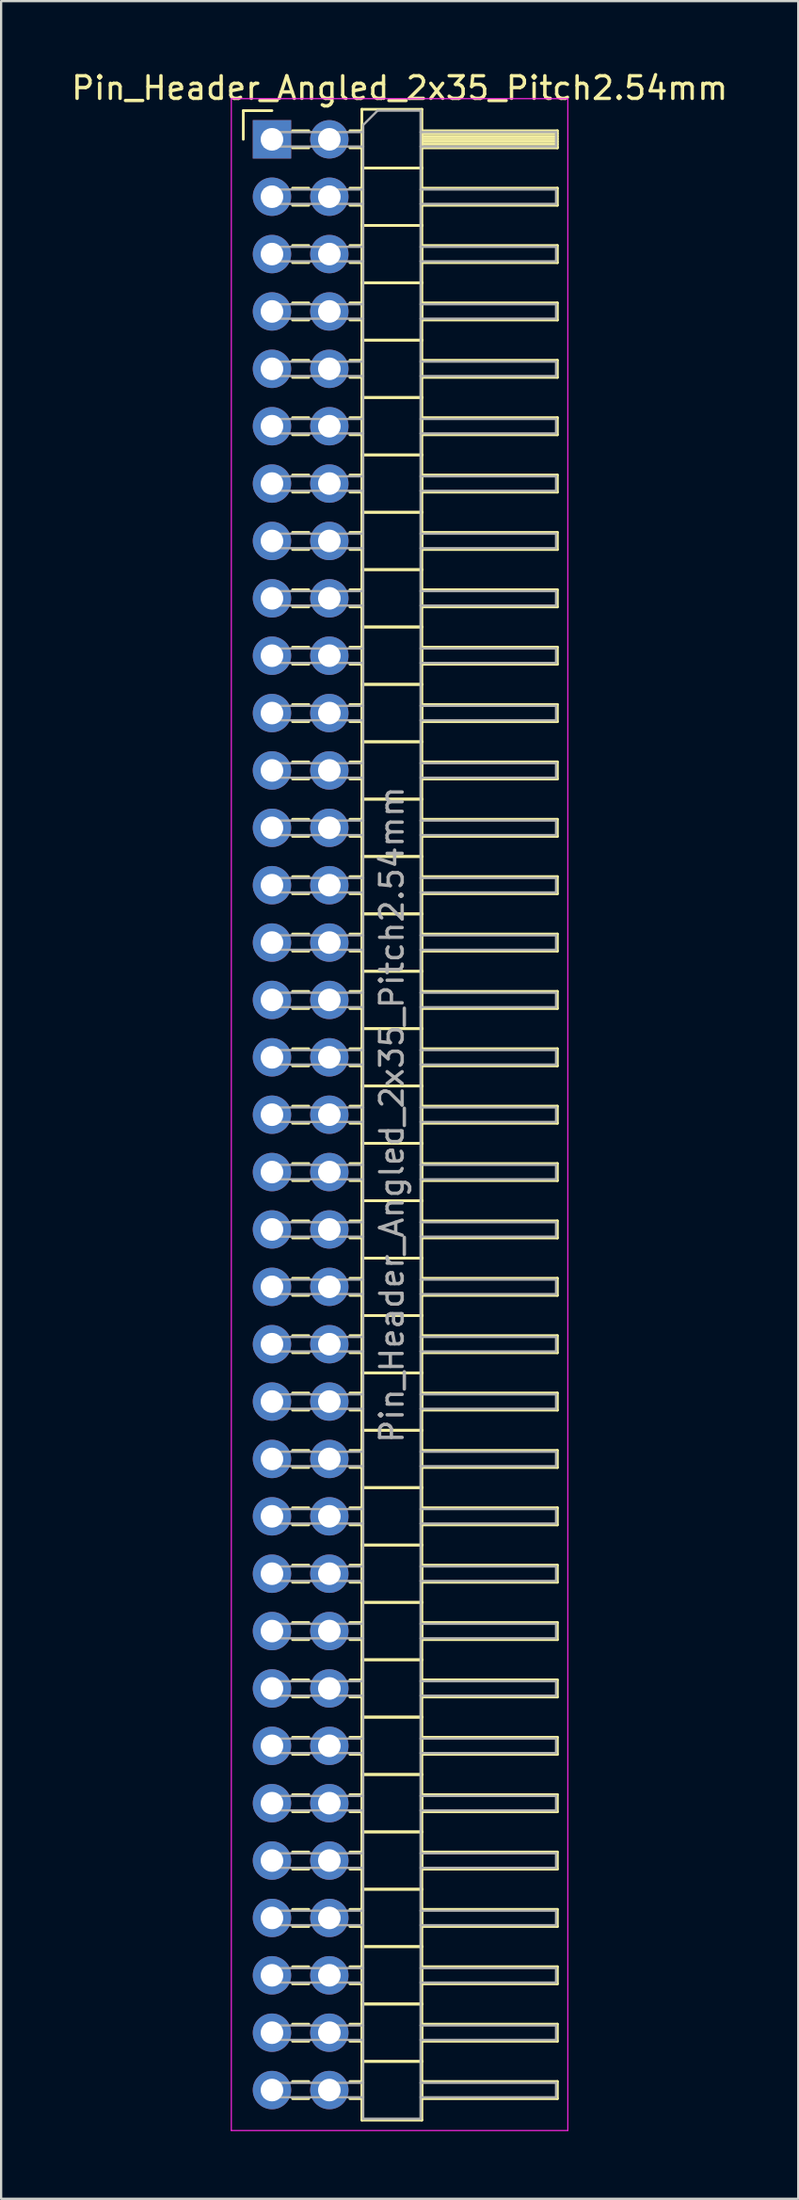
<source format=kicad_pcb>
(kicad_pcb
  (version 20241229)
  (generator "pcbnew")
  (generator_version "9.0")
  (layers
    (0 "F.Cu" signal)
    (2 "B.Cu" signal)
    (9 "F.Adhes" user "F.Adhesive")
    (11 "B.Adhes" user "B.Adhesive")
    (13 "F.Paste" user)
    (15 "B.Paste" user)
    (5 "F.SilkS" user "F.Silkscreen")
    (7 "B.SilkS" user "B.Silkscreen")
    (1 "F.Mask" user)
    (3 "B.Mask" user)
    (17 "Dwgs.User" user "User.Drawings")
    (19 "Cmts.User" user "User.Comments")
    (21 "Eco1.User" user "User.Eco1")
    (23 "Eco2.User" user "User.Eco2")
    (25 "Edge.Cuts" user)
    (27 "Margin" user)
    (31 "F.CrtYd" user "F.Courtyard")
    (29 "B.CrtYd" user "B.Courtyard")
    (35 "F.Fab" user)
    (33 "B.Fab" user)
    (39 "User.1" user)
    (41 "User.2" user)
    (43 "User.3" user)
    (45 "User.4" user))
  (footprint "Pin_Header_Angled_2x35_Pitch2.54mm"
    (layer "F.Cu")
    (at 8.994 3.118)
    (property "Reference" "Pin_Header_Angled_2x35_Pitch2.54mm" (at 5.655 -2.27 0) (layer "F.SilkS") (effects (font (size 1 1) (thickness 0.15))))
    (attr through_hole)
    (fp_line (start -1.27 -1.27) (end 0 -1.27) (stroke (width 0.12) (type solid)) (layer "F.SilkS"))
    (fp_line (start -1.27 0) (end -1.27 -1.27) (stroke (width 0.12) (type solid)) (layer "F.SilkS"))
    (fp_line (start 0.91 -0.38) (end 1.63 -0.38) (stroke (width 0.12) (type solid)) (layer "F.SilkS"))
    (fp_line (start 0.91 0.38) (end 1.63 0.38) (stroke (width 0.12) (type solid)) (layer "F.SilkS"))
    (fp_line (start 0.91 2.16) (end 1.63 2.16) (stroke (width 0.12) (type solid)) (layer "F.SilkS"))
    (fp_line (start 0.91 2.92) (end 1.63 2.92) (stroke (width 0.12) (type solid)) (layer "F.SilkS"))
    (fp_line (start 0.91 4.7) (end 1.63 4.7) (stroke (width 0.12) (type solid)) (layer "F.SilkS"))
    (fp_line (start 0.91 5.46) (end 1.63 5.46) (stroke (width 0.12) (type solid)) (layer "F.SilkS"))
    (fp_line (start 0.91 7.24) (end 1.63 7.24) (stroke (width 0.12) (type solid)) (layer "F.SilkS"))
    (fp_line (start 0.91 8) (end 1.63 8) (stroke (width 0.12) (type solid)) (layer "F.SilkS"))
    (fp_line (start 0.91 9.78) (end 1.63 9.78) (stroke (width 0.12) (type solid)) (layer "F.SilkS"))
    (fp_line (start 0.91 10.54) (end 1.63 10.54) (stroke (width 0.12) (type solid)) (layer "F.SilkS"))
    (fp_line (start 0.91 12.32) (end 1.63 12.32) (stroke (width 0.12) (type solid)) (layer "F.SilkS"))
    (fp_line (start 0.91 13.08) (end 1.63 13.08) (stroke (width 0.12) (type solid)) (layer "F.SilkS"))
    (fp_line (start 0.91 14.86) (end 1.63 14.86) (stroke (width 0.12) (type solid)) (layer "F.SilkS"))
    (fp_line (start 0.91 15.62) (end 1.63 15.62) (stroke (width 0.12) (type solid)) (layer "F.SilkS"))
    (fp_line (start 0.91 17.4) (end 1.63 17.4) (stroke (width 0.12) (type solid)) (layer "F.SilkS"))
    (fp_line (start 0.91 18.16) (end 1.63 18.16) (stroke (width 0.12) (type solid)) (layer "F.SilkS"))
    (fp_line (start 0.91 19.94) (end 1.63 19.94) (stroke (width 0.12) (type solid)) (layer "F.SilkS"))
    (fp_line (start 0.91 20.7) (end 1.63 20.7) (stroke (width 0.12) (type solid)) (layer "F.SilkS"))
    (fp_line (start 0.91 22.48) (end 1.63 22.48) (stroke (width 0.12) (type solid)) (layer "F.SilkS"))
    (fp_line (start 0.91 23.24) (end 1.63 23.24) (stroke (width 0.12) (type solid)) (layer "F.SilkS"))
    (fp_line (start 0.91 25.02) (end 1.63 25.02) (stroke (width 0.12) (type solid)) (layer "F.SilkS"))
    (fp_line (start 0.91 25.78) (end 1.63 25.78) (stroke (width 0.12) (type solid)) (layer "F.SilkS"))
    (fp_line (start 0.91 27.56) (end 1.63 27.56) (stroke (width 0.12) (type solid)) (layer "F.SilkS"))
    (fp_line (start 0.91 28.32) (end 1.63 28.32) (stroke (width 0.12) (type solid)) (layer "F.SilkS"))
    (fp_line (start 0.91 30.1) (end 1.63 30.1) (stroke (width 0.12) (type solid)) (layer "F.SilkS"))
    (fp_line (start 0.91 30.86) (end 1.63 30.86) (stroke (width 0.12) (type solid)) (layer "F.SilkS"))
    (fp_line (start 0.91 32.64) (end 1.63 32.64) (stroke (width 0.12) (type solid)) (layer "F.SilkS"))
    (fp_line (start 0.91 33.4) (end 1.63 33.4) (stroke (width 0.12) (type solid)) (layer "F.SilkS"))
    (fp_line (start 0.91 35.18) (end 1.63 35.18) (stroke (width 0.12) (type solid)) (layer "F.SilkS"))
    (fp_line (start 0.91 35.94) (end 1.63 35.94) (stroke (width 0.12) (type solid)) (layer "F.SilkS"))
    (fp_line (start 0.91 37.72) (end 1.63 37.72) (stroke (width 0.12) (type solid)) (layer "F.SilkS"))
    (fp_line (start 0.91 38.48) (end 1.63 38.48) (stroke (width 0.12) (type solid)) (layer "F.SilkS"))
    (fp_line (start 0.91 40.26) (end 1.63 40.26) (stroke (width 0.12) (type solid)) (layer "F.SilkS"))
    (fp_line (start 0.91 41.02) (end 1.63 41.02) (stroke (width 0.12) (type solid)) (layer "F.SilkS"))
    (fp_line (start 0.91 42.8) (end 1.63 42.8) (stroke (width 0.12) (type solid)) (layer "F.SilkS"))
    (fp_line (start 0.91 43.56) (end 1.63 43.56) (stroke (width 0.12) (type solid)) (layer "F.SilkS"))
    (fp_line (start 0.91 45.34) (end 1.63 45.34) (stroke (width 0.12) (type solid)) (layer "F.SilkS"))
    (fp_line (start 0.91 46.1) (end 1.63 46.1) (stroke (width 0.12) (type solid)) (layer "F.SilkS"))
    (fp_line (start 0.91 47.88) (end 1.63 47.88) (stroke (width 0.12) (type solid)) (layer "F.SilkS"))
    (fp_line (start 0.91 48.64) (end 1.63 48.64) (stroke (width 0.12) (type solid)) (layer "F.SilkS"))
    (fp_line (start 0.91 50.42) (end 1.63 50.42) (stroke (width 0.12) (type solid)) (layer "F.SilkS"))
    (fp_line (start 0.91 51.18) (end 1.63 51.18) (stroke (width 0.12) (type solid)) (layer "F.SilkS"))
    (fp_line (start 0.91 52.96) (end 1.63 52.96) (stroke (width 0.12) (type solid)) (layer "F.SilkS"))
    (fp_line (start 0.91 53.72) (end 1.63 53.72) (stroke (width 0.12) (type solid)) (layer "F.SilkS"))
    (fp_line (start 0.91 55.5) (end 1.63 55.5) (stroke (width 0.12) (type solid)) (layer "F.SilkS"))
    (fp_line (start 0.91 56.26) (end 1.63 56.26) (stroke (width 0.12) (type solid)) (layer "F.SilkS"))
    (fp_line (start 0.91 58.04) (end 1.63 58.04) (stroke (width 0.12) (type solid)) (layer "F.SilkS"))
    (fp_line (start 0.91 58.8) (end 1.63 58.8) (stroke (width 0.12) (type solid)) (layer "F.SilkS"))
    (fp_line (start 0.91 60.58) (end 1.63 60.58) (stroke (width 0.12) (type solid)) (layer "F.SilkS"))
    (fp_line (start 0.91 61.34) (end 1.63 61.34) (stroke (width 0.12) (type solid)) (layer "F.SilkS"))
    (fp_line (start 0.91 63.12) (end 1.63 63.12) (stroke (width 0.12) (type solid)) (layer "F.SilkS"))
    (fp_line (start 0.91 63.88) (end 1.63 63.88) (stroke (width 0.12) (type solid)) (layer "F.SilkS"))
    (fp_line (start 0.91 65.66) (end 1.63 65.66) (stroke (width 0.12) (type solid)) (layer "F.SilkS"))
    (fp_line (start 0.91 66.42) (end 1.63 66.42) (stroke (width 0.12) (type solid)) (layer "F.SilkS"))
    (fp_line (start 0.91 68.2) (end 1.63 68.2) (stroke (width 0.12) (type solid)) (layer "F.SilkS"))
    (fp_line (start 0.91 68.96) (end 1.63 68.96) (stroke (width 0.12) (type solid)) (layer "F.SilkS"))
    (fp_line (start 0.91 70.74) (end 1.63 70.74) (stroke (width 0.12) (type solid)) (layer "F.SilkS"))
    (fp_line (start 0.91 71.5) (end 1.63 71.5) (stroke (width 0.12) (type solid)) (layer "F.SilkS"))
    (fp_line (start 0.91 73.28) (end 1.63 73.28) (stroke (width 0.12) (type solid)) (layer "F.SilkS"))
    (fp_line (start 0.91 74.04) (end 1.63 74.04) (stroke (width 0.12) (type solid)) (layer "F.SilkS"))
    (fp_line (start 0.91 75.82) (end 1.63 75.82) (stroke (width 0.12) (type solid)) (layer "F.SilkS"))
    (fp_line (start 0.91 76.58) (end 1.63 76.58) (stroke (width 0.12) (type solid)) (layer "F.SilkS"))
    (fp_line (start 0.91 78.36) (end 1.63 78.36) (stroke (width 0.12) (type solid)) (layer "F.SilkS"))
    (fp_line (start 0.91 79.12) (end 1.63 79.12) (stroke (width 0.12) (type solid)) (layer "F.SilkS"))
    (fp_line (start 0.91 80.9) (end 1.63 80.9) (stroke (width 0.12) (type solid)) (layer "F.SilkS"))
    (fp_line (start 0.91 81.66) (end 1.63 81.66) (stroke (width 0.12) (type solid)) (layer "F.SilkS"))
    (fp_line (start 0.91 83.44) (end 1.63 83.44) (stroke (width 0.12) (type solid)) (layer "F.SilkS"))
    (fp_line (start 0.91 84.2) (end 1.63 84.2) (stroke (width 0.12) (type solid)) (layer "F.SilkS"))
    (fp_line (start 0.91 85.98) (end 1.63 85.98) (stroke (width 0.12) (type solid)) (layer "F.SilkS"))
    (fp_line (start 0.91 86.74) (end 1.63 86.74) (stroke (width 0.12) (type solid)) (layer "F.SilkS"))
    (fp_line (start 3.45 -0.38) (end 3.98 -0.38) (stroke (width 0.12) (type solid)) (layer "F.SilkS"))
    (fp_line (start 3.45 0.38) (end 3.98 0.38) (stroke (width 0.12) (type solid)) (layer "F.SilkS"))
    (fp_line (start 3.45 2.16) (end 3.98 2.16) (stroke (width 0.12) (type solid)) (layer "F.SilkS"))
    (fp_line (start 3.45 2.92) (end 3.98 2.92) (stroke (width 0.12) (type solid)) (layer "F.SilkS"))
    (fp_line (start 3.45 4.7) (end 3.98 4.7) (stroke (width 0.12) (type solid)) (layer "F.SilkS"))
    (fp_line (start 3.45 5.46) (end 3.98 5.46) (stroke (width 0.12) (type solid)) (layer "F.SilkS"))
    (fp_line (start 3.45 7.24) (end 3.98 7.24) (stroke (width 0.12) (type solid)) (layer "F.SilkS"))
    (fp_line (start 3.45 8) (end 3.98 8) (stroke (width 0.12) (type solid)) (layer "F.SilkS"))
    (fp_line (start 3.45 9.78) (end 3.98 9.78) (stroke (width 0.12) (type solid)) (layer "F.SilkS"))
    (fp_line (start 3.45 10.54) (end 3.98 10.54) (stroke (width 0.12) (type solid)) (layer "F.SilkS"))
    (fp_line (start 3.45 12.32) (end 3.98 12.32) (stroke (width 0.12) (type solid)) (layer "F.SilkS"))
    (fp_line (start 3.45 13.08) (end 3.98 13.08) (stroke (width 0.12) (type solid)) (layer "F.SilkS"))
    (fp_line (start 3.45 14.86) (end 3.98 14.86) (stroke (width 0.12) (type solid)) (layer "F.SilkS"))
    (fp_line (start 3.45 15.62) (end 3.98 15.62) (stroke (width 0.12) (type solid)) (layer "F.SilkS"))
    (fp_line (start 3.45 17.4) (end 3.98 17.4) (stroke (width 0.12) (type solid)) (layer "F.SilkS"))
    (fp_line (start 3.45 18.16) (end 3.98 18.16) (stroke (width 0.12) (type solid)) (layer "F.SilkS"))
    (fp_line (start 3.45 19.94) (end 3.98 19.94) (stroke (width 0.12) (type solid)) (layer "F.SilkS"))
    (fp_line (start 3.45 20.7) (end 3.98 20.7) (stroke (width 0.12) (type solid)) (layer "F.SilkS"))
    (fp_line (start 3.45 22.48) (end 3.98 22.48) (stroke (width 0.12) (type solid)) (layer "F.SilkS"))
    (fp_line (start 3.45 23.24) (end 3.98 23.24) (stroke (width 0.12) (type solid)) (layer "F.SilkS"))
    (fp_line (start 3.45 25.02) (end 3.98 25.02) (stroke (width 0.12) (type solid)) (layer "F.SilkS"))
    (fp_line (start 3.45 25.78) (end 3.98 25.78) (stroke (width 0.12) (type solid)) (layer "F.SilkS"))
    (fp_line (start 3.45 27.56) (end 3.98 27.56) (stroke (width 0.12) (type solid)) (layer "F.SilkS"))
    (fp_line (start 3.45 28.32) (end 3.98 28.32) (stroke (width 0.12) (type solid)) (layer "F.SilkS"))
    (fp_line (start 3.45 30.1) (end 3.98 30.1) (stroke (width 0.12) (type solid)) (layer "F.SilkS"))
    (fp_line (start 3.45 30.86) (end 3.98 30.86) (stroke (width 0.12) (type solid)) (layer "F.SilkS"))
    (fp_line (start 3.45 32.64) (end 3.98 32.64) (stroke (width 0.12) (type solid)) (layer "F.SilkS"))
    (fp_line (start 3.45 33.4) (end 3.98 33.4) (stroke (width 0.12) (type solid)) (layer "F.SilkS"))
    (fp_line (start 3.45 35.18) (end 3.98 35.18) (stroke (width 0.12) (type solid)) (layer "F.SilkS"))
    (fp_line (start 3.45 35.94) (end 3.98 35.94) (stroke (width 0.12) (type solid)) (layer "F.SilkS"))
    (fp_line (start 3.45 37.72) (end 3.98 37.72) (stroke (width 0.12) (type solid)) (layer "F.SilkS"))
    (fp_line (start 3.45 38.48) (end 3.98 38.48) (stroke (width 0.12) (type solid)) (layer "F.SilkS"))
    (fp_line (start 3.45 40.26) (end 3.98 40.26) (stroke (width 0.12) (type solid)) (layer "F.SilkS"))
    (fp_line (start 3.45 41.02) (end 3.98 41.02) (stroke (width 0.12) (type solid)) (layer "F.SilkS"))
    (fp_line (start 3.45 42.8) (end 3.98 42.8) (stroke (width 0.12) (type solid)) (layer "F.SilkS"))
    (fp_line (start 3.45 43.56) (end 3.98 43.56) (stroke (width 0.12) (type solid)) (layer "F.SilkS"))
    (fp_line (start 3.45 45.34) (end 3.98 45.34) (stroke (width 0.12) (type solid)) (layer "F.SilkS"))
    (fp_line (start 3.45 46.1) (end 3.98 46.1) (stroke (width 0.12) (type solid)) (layer "F.SilkS"))
    (fp_line (start 3.45 47.88) (end 3.98 47.88) (stroke (width 0.12) (type solid)) (layer "F.SilkS"))
    (fp_line (start 3.45 48.64) (end 3.98 48.64) (stroke (width 0.12) (type solid)) (layer "F.SilkS"))
    (fp_line (start 3.45 50.42) (end 3.98 50.42) (stroke (width 0.12) (type solid)) (layer "F.SilkS"))
    (fp_line (start 3.45 51.18) (end 3.98 51.18) (stroke (width 0.12) (type solid)) (layer "F.SilkS"))
    (fp_line (start 3.45 52.96) (end 3.98 52.96) (stroke (width 0.12) (type solid)) (layer "F.SilkS"))
    (fp_line (start 3.45 53.72) (end 3.98 53.72) (stroke (width 0.12) (type solid)) (layer "F.SilkS"))
    (fp_line (start 3.45 55.5) (end 3.98 55.5) (stroke (width 0.12) (type solid)) (layer "F.SilkS"))
    (fp_line (start 3.45 56.26) (end 3.98 56.26) (stroke (width 0.12) (type solid)) (layer "F.SilkS"))
    (fp_line (start 3.45 58.04) (end 3.98 58.04) (stroke (width 0.12) (type solid)) (layer "F.SilkS"))
    (fp_line (start 3.45 58.8) (end 3.98 58.8) (stroke (width 0.12) (type solid)) (layer "F.SilkS"))
    (fp_line (start 3.45 60.58) (end 3.98 60.58) (stroke (width 0.12) (type solid)) (layer "F.SilkS"))
    (fp_line (start 3.45 61.34) (end 3.98 61.34) (stroke (width 0.12) (type solid)) (layer "F.SilkS"))
    (fp_line (start 3.45 63.12) (end 3.98 63.12) (stroke (width 0.12) (type solid)) (layer "F.SilkS"))
    (fp_line (start 3.45 63.88) (end 3.98 63.88) (stroke (width 0.12) (type solid)) (layer "F.SilkS"))
    (fp_line (start 3.45 65.66) (end 3.98 65.66) (stroke (width 0.12) (type solid)) (layer "F.SilkS"))
    (fp_line (start 3.45 66.42) (end 3.98 66.42) (stroke (width 0.12) (type solid)) (layer "F.SilkS"))
    (fp_line (start 3.45 68.2) (end 3.98 68.2) (stroke (width 0.12) (type solid)) (layer "F.SilkS"))
    (fp_line (start 3.45 68.96) (end 3.98 68.96) (stroke (width 0.12) (type solid)) (layer "F.SilkS"))
    (fp_line (start 3.45 70.74) (end 3.98 70.74) (stroke (width 0.12) (type solid)) (layer "F.SilkS"))
    (fp_line (start 3.45 71.5) (end 3.98 71.5) (stroke (width 0.12) (type solid)) (layer "F.SilkS"))
    (fp_line (start 3.45 73.28) (end 3.98 73.28) (stroke (width 0.12) (type solid)) (layer "F.SilkS"))
    (fp_line (start 3.45 74.04) (end 3.98 74.04) (stroke (width 0.12) (type solid)) (layer "F.SilkS"))
    (fp_line (start 3.45 75.82) (end 3.98 75.82) (stroke (width 0.12) (type solid)) (layer "F.SilkS"))
    (fp_line (start 3.45 76.58) (end 3.98 76.58) (stroke (width 0.12) (type solid)) (layer "F.SilkS"))
    (fp_line (start 3.45 78.36) (end 3.98 78.36) (stroke (width 0.12) (type solid)) (layer "F.SilkS"))
    (fp_line (start 3.45 79.12) (end 3.98 79.12) (stroke (width 0.12) (type solid)) (layer "F.SilkS"))
    (fp_line (start 3.45 80.9) (end 3.98 80.9) (stroke (width 0.12) (type solid)) (layer "F.SilkS"))
    (fp_line (start 3.45 81.66) (end 3.98 81.66) (stroke (width 0.12) (type solid)) (layer "F.SilkS"))
    (fp_line (start 3.45 83.44) (end 3.98 83.44) (stroke (width 0.12) (type solid)) (layer "F.SilkS"))
    (fp_line (start 3.45 84.2) (end 3.98 84.2) (stroke (width 0.12) (type solid)) (layer "F.SilkS"))
    (fp_line (start 3.45 85.98) (end 3.98 85.98) (stroke (width 0.12) (type solid)) (layer "F.SilkS"))
    (fp_line (start 3.45 86.74) (end 3.98 86.74) (stroke (width 0.12) (type solid)) (layer "F.SilkS"))
    (fp_line (start 3.98 -1.33) (end 3.98 1.27) (stroke (width 0.12) (type solid)) (layer "F.SilkS"))
    (fp_line (start 3.98 1.27) (end 3.98 3.81) (stroke (width 0.12) (type solid)) (layer "F.SilkS"))
    (fp_line (start 3.98 1.27) (end 6.64 1.27) (stroke (width 0.12) (type solid)) (layer "F.SilkS"))
    (fp_line (start 3.98 3.81) (end 3.98 6.35) (stroke (width 0.12) (type solid)) (layer "F.SilkS"))
    (fp_line (start 3.98 3.81) (end 6.64 3.81) (stroke (width 0.12) (type solid)) (layer "F.SilkS"))
    (fp_line (start 3.98 6.35) (end 3.98 8.89) (stroke (width 0.12) (type solid)) (layer "F.SilkS"))
    (fp_line (start 3.98 6.35) (end 6.64 6.35) (stroke (width 0.12) (type solid)) (layer "F.SilkS"))
    (fp_line (start 3.98 8.89) (end 3.98 11.43) (stroke (width 0.12) (type solid)) (layer "F.SilkS"))
    (fp_line (start 3.98 8.89) (end 6.64 8.89) (stroke (width 0.12) (type solid)) (layer "F.SilkS"))
    (fp_line (start 3.98 11.43) (end 3.98 13.97) (stroke (width 0.12) (type solid)) (layer "F.SilkS"))
    (fp_line (start 3.98 11.43) (end 6.64 11.43) (stroke (width 0.12) (type solid)) (layer "F.SilkS"))
    (fp_line (start 3.98 13.97) (end 3.98 16.51) (stroke (width 0.12) (type solid)) (layer "F.SilkS"))
    (fp_line (start 3.98 13.97) (end 6.64 13.97) (stroke (width 0.12) (type solid)) (layer "F.SilkS"))
    (fp_line (start 3.98 16.51) (end 3.98 19.05) (stroke (width 0.12) (type solid)) (layer "F.SilkS"))
    (fp_line (start 3.98 16.51) (end 6.64 16.51) (stroke (width 0.12) (type solid)) (layer "F.SilkS"))
    (fp_line (start 3.98 19.05) (end 3.98 21.59) (stroke (width 0.12) (type solid)) (layer "F.SilkS"))
    (fp_line (start 3.98 19.05) (end 6.64 19.05) (stroke (width 0.12) (type solid)) (layer "F.SilkS"))
    (fp_line (start 3.98 21.59) (end 3.98 24.13) (stroke (width 0.12) (type solid)) (layer "F.SilkS"))
    (fp_line (start 3.98 21.59) (end 6.64 21.59) (stroke (width 0.12) (type solid)) (layer "F.SilkS"))
    (fp_line (start 3.98 24.13) (end 3.98 26.67) (stroke (width 0.12) (type solid)) (layer "F.SilkS"))
    (fp_line (start 3.98 24.13) (end 6.64 24.13) (stroke (width 0.12) (type solid)) (layer "F.SilkS"))
    (fp_line (start 3.98 26.67) (end 3.98 29.21) (stroke (width 0.12) (type solid)) (layer "F.SilkS"))
    (fp_line (start 3.98 26.67) (end 6.64 26.67) (stroke (width 0.12) (type solid)) (layer "F.SilkS"))
    (fp_line (start 3.98 29.21) (end 3.98 31.75) (stroke (width 0.12) (type solid)) (layer "F.SilkS"))
    (fp_line (start 3.98 29.21) (end 6.64 29.21) (stroke (width 0.12) (type solid)) (layer "F.SilkS"))
    (fp_line (start 3.98 31.75) (end 3.98 34.29) (stroke (width 0.12) (type solid)) (layer "F.SilkS"))
    (fp_line (start 3.98 31.75) (end 6.64 31.75) (stroke (width 0.12) (type solid)) (layer "F.SilkS"))
    (fp_line (start 3.98 34.29) (end 3.98 36.83) (stroke (width 0.12) (type solid)) (layer "F.SilkS"))
    (fp_line (start 3.98 34.29) (end 6.64 34.29) (stroke (width 0.12) (type solid)) (layer "F.SilkS"))
    (fp_line (start 3.98 36.83) (end 3.98 39.37) (stroke (width 0.12) (type solid)) (layer "F.SilkS"))
    (fp_line (start 3.98 36.83) (end 6.64 36.83) (stroke (width 0.12) (type solid)) (layer "F.SilkS"))
    (fp_line (start 3.98 39.37) (end 3.98 41.91) (stroke (width 0.12) (type solid)) (layer "F.SilkS"))
    (fp_line (start 3.98 39.37) (end 6.64 39.37) (stroke (width 0.12) (type solid)) (layer "F.SilkS"))
    (fp_line (start 3.98 41.91) (end 3.98 44.45) (stroke (width 0.12) (type solid)) (layer "F.SilkS"))
    (fp_line (start 3.98 41.91) (end 6.64 41.91) (stroke (width 0.12) (type solid)) (layer "F.SilkS"))
    (fp_line (start 3.98 44.45) (end 3.98 46.99) (stroke (width 0.12) (type solid)) (layer "F.SilkS"))
    (fp_line (start 3.98 44.45) (end 6.64 44.45) (stroke (width 0.12) (type solid)) (layer "F.SilkS"))
    (fp_line (start 3.98 46.99) (end 3.98 49.53) (stroke (width 0.12) (type solid)) (layer "F.SilkS"))
    (fp_line (start 3.98 46.99) (end 6.64 46.99) (stroke (width 0.12) (type solid)) (layer "F.SilkS"))
    (fp_line (start 3.98 49.53) (end 3.98 52.07) (stroke (width 0.12) (type solid)) (layer "F.SilkS"))
    (fp_line (start 3.98 49.53) (end 6.64 49.53) (stroke (width 0.12) (type solid)) (layer "F.SilkS"))
    (fp_line (start 3.98 52.07) (end 3.98 54.61) (stroke (width 0.12) (type solid)) (layer "F.SilkS"))
    (fp_line (start 3.98 52.07) (end 6.64 52.07) (stroke (width 0.12) (type solid)) (layer "F.SilkS"))
    (fp_line (start 3.98 54.61) (end 3.98 57.15) (stroke (width 0.12) (type solid)) (layer "F.SilkS"))
    (fp_line (start 3.98 54.61) (end 6.64 54.61) (stroke (width 0.12) (type solid)) (layer "F.SilkS"))
    (fp_line (start 3.98 57.15) (end 3.98 59.69) (stroke (width 0.12) (type solid)) (layer "F.SilkS"))
    (fp_line (start 3.98 57.15) (end 6.64 57.15) (stroke (width 0.12) (type solid)) (layer "F.SilkS"))
    (fp_line (start 3.98 59.69) (end 3.98 62.23) (stroke (width 0.12) (type solid)) (layer "F.SilkS"))
    (fp_line (start 3.98 59.69) (end 6.64 59.69) (stroke (width 0.12) (type solid)) (layer "F.SilkS"))
    (fp_line (start 3.98 62.23) (end 3.98 64.77) (stroke (width 0.12) (type solid)) (layer "F.SilkS"))
    (fp_line (start 3.98 62.23) (end 6.64 62.23) (stroke (width 0.12) (type solid)) (layer "F.SilkS"))
    (fp_line (start 3.98 64.77) (end 3.98 67.31) (stroke (width 0.12) (type solid)) (layer "F.SilkS"))
    (fp_line (start 3.98 64.77) (end 6.64 64.77) (stroke (width 0.12) (type solid)) (layer "F.SilkS"))
    (fp_line (start 3.98 67.31) (end 3.98 69.85) (stroke (width 0.12) (type solid)) (layer "F.SilkS"))
    (fp_line (start 3.98 67.31) (end 6.64 67.31) (stroke (width 0.12) (type solid)) (layer "F.SilkS"))
    (fp_line (start 3.98 69.85) (end 3.98 72.39) (stroke (width 0.12) (type solid)) (layer "F.SilkS"))
    (fp_line (start 3.98 69.85) (end 6.64 69.85) (stroke (width 0.12) (type solid)) (layer "F.SilkS"))
    (fp_line (start 3.98 72.39) (end 3.98 74.93) (stroke (width 0.12) (type solid)) (layer "F.SilkS"))
    (fp_line (start 3.98 72.39) (end 6.64 72.39) (stroke (width 0.12) (type solid)) (layer "F.SilkS"))
    (fp_line (start 3.98 74.93) (end 3.98 77.47) (stroke (width 0.12) (type solid)) (layer "F.SilkS"))
    (fp_line (start 3.98 74.93) (end 6.64 74.93) (stroke (width 0.12) (type solid)) (layer "F.SilkS"))
    (fp_line (start 3.98 77.47) (end 3.98 80.01) (stroke (width 0.12) (type solid)) (layer "F.SilkS"))
    (fp_line (start 3.98 77.47) (end 6.64 77.47) (stroke (width 0.12) (type solid)) (layer "F.SilkS"))
    (fp_line (start 3.98 80.01) (end 3.98 82.55) (stroke (width 0.12) (type solid)) (layer "F.SilkS"))
    (fp_line (start 3.98 80.01) (end 6.64 80.01) (stroke (width 0.12) (type solid)) (layer "F.SilkS"))
    (fp_line (start 3.98 82.55) (end 3.98 85.09) (stroke (width 0.12) (type solid)) (layer "F.SilkS"))
    (fp_line (start 3.98 82.55) (end 6.64 82.55) (stroke (width 0.12) (type solid)) (layer "F.SilkS"))
    (fp_line (start 3.98 85.09) (end 3.98 87.69) (stroke (width 0.12) (type solid)) (layer "F.SilkS"))
    (fp_line (start 3.98 85.09) (end 6.64 85.09) (stroke (width 0.12) (type solid)) (layer "F.SilkS"))
    (fp_line (start 3.98 87.69) (end 6.64 87.69) (stroke (width 0.12) (type solid)) (layer "F.SilkS"))
    (fp_line (start 6.64 -1.33) (end 3.98 -1.33) (stroke (width 0.12) (type solid)) (layer "F.SilkS"))
    (fp_line (start 6.64 -0.38) (end 6.64 0.38) (stroke (width 0.12) (type solid)) (layer "F.SilkS"))
    (fp_line (start 6.64 -0.26) (end 12.64 -0.26) (stroke (width 0.12) (type solid)) (layer "F.SilkS"))
    (fp_line (start 6.64 -0.14) (end 12.64 -0.14) (stroke (width 0.12) (type solid)) (layer "F.SilkS"))
    (fp_line (start 6.64 -0.02) (end 12.64 -0.02) (stroke (width 0.12) (type solid)) (layer "F.SilkS"))
    (fp_line (start 6.64 0.1) (end 12.64 0.1) (stroke (width 0.12) (type solid)) (layer "F.SilkS"))
    (fp_line (start 6.64 0.22) (end 12.64 0.22) (stroke (width 0.12) (type solid)) (layer "F.SilkS"))
    (fp_line (start 6.64 0.34) (end 12.64 0.34) (stroke (width 0.12) (type solid)) (layer "F.SilkS"))
    (fp_line (start 6.64 0.38) (end 12.64 0.38) (stroke (width 0.12) (type solid)) (layer "F.SilkS"))
    (fp_line (start 6.64 1.27) (end 3.98 1.27) (stroke (width 0.12) (type solid)) (layer "F.SilkS"))
    (fp_line (start 6.64 1.27) (end 6.64 -1.33) (stroke (width 0.12) (type solid)) (layer "F.SilkS"))
    (fp_line (start 6.64 2.16) (end 6.64 2.92) (stroke (width 0.12) (type solid)) (layer "F.SilkS"))
    (fp_line (start 6.64 2.92) (end 12.64 2.92) (stroke (width 0.12) (type solid)) (layer "F.SilkS"))
    (fp_line (start 6.64 3.81) (end 3.98 3.81) (stroke (width 0.12) (type solid)) (layer "F.SilkS"))
    (fp_line (start 6.64 3.81) (end 6.64 1.27) (stroke (width 0.12) (type solid)) (layer "F.SilkS"))
    (fp_line (start 6.64 4.7) (end 6.64 5.46) (stroke (width 0.12) (type solid)) (layer "F.SilkS"))
    (fp_line (start 6.64 5.46) (end 12.64 5.46) (stroke (width 0.12) (type solid)) (layer "F.SilkS"))
    (fp_line (start 6.64 6.35) (end 3.98 6.35) (stroke (width 0.12) (type solid)) (layer "F.SilkS"))
    (fp_line (start 6.64 6.35) (end 6.64 3.81) (stroke (width 0.12) (type solid)) (layer "F.SilkS"))
    (fp_line (start 6.64 7.24) (end 6.64 8) (stroke (width 0.12) (type solid)) (layer "F.SilkS"))
    (fp_line (start 6.64 8) (end 12.64 8) (stroke (width 0.12) (type solid)) (layer "F.SilkS"))
    (fp_line (start 6.64 8.89) (end 3.98 8.89) (stroke (width 0.12) (type solid)) (layer "F.SilkS"))
    (fp_line (start 6.64 8.89) (end 6.64 6.35) (stroke (width 0.12) (type solid)) (layer "F.SilkS"))
    (fp_line (start 6.64 9.78) (end 6.64 10.54) (stroke (width 0.12) (type solid)) (layer "F.SilkS"))
    (fp_line (start 6.64 10.54) (end 12.64 10.54) (stroke (width 0.12) (type solid)) (layer "F.SilkS"))
    (fp_line (start 6.64 11.43) (end 3.98 11.43) (stroke (width 0.12) (type solid)) (layer "F.SilkS"))
    (fp_line (start 6.64 11.43) (end 6.64 8.89) (stroke (width 0.12) (type solid)) (layer "F.SilkS"))
    (fp_line (start 6.64 12.32) (end 6.64 13.08) (stroke (width 0.12) (type solid)) (layer "F.SilkS"))
    (fp_line (start 6.64 13.08) (end 12.64 13.08) (stroke (width 0.12) (type solid)) (layer "F.SilkS"))
    (fp_line (start 6.64 13.97) (end 3.98 13.97) (stroke (width 0.12) (type solid)) (layer "F.SilkS"))
    (fp_line (start 6.64 13.97) (end 6.64 11.43) (stroke (width 0.12) (type solid)) (layer "F.SilkS"))
    (fp_line (start 6.64 14.86) (end 6.64 15.62) (stroke (width 0.12) (type solid)) (layer "F.SilkS"))
    (fp_line (start 6.64 15.62) (end 12.64 15.62) (stroke (width 0.12) (type solid)) (layer "F.SilkS"))
    (fp_line (start 6.64 16.51) (end 3.98 16.51) (stroke (width 0.12) (type solid)) (layer "F.SilkS"))
    (fp_line (start 6.64 16.51) (end 6.64 13.97) (stroke (width 0.12) (type solid)) (layer "F.SilkS"))
    (fp_line (start 6.64 17.4) (end 6.64 18.16) (stroke (width 0.12) (type solid)) (layer "F.SilkS"))
    (fp_line (start 6.64 18.16) (end 12.64 18.16) (stroke (width 0.12) (type solid)) (layer "F.SilkS"))
    (fp_line (start 6.64 19.05) (end 3.98 19.05) (stroke (width 0.12) (type solid)) (layer "F.SilkS"))
    (fp_line (start 6.64 19.05) (end 6.64 16.51) (stroke (width 0.12) (type solid)) (layer "F.SilkS"))
    (fp_line (start 6.64 19.94) (end 6.64 20.7) (stroke (width 0.12) (type solid)) (layer "F.SilkS"))
    (fp_line (start 6.64 20.7) (end 12.64 20.7) (stroke (width 0.12) (type solid)) (layer "F.SilkS"))
    (fp_line (start 6.64 21.59) (end 3.98 21.59) (stroke (width 0.12) (type solid)) (layer "F.SilkS"))
    (fp_line (start 6.64 21.59) (end 6.64 19.05) (stroke (width 0.12) (type solid)) (layer "F.SilkS"))
    (fp_line (start 6.64 22.48) (end 6.64 23.24) (stroke (width 0.12) (type solid)) (layer "F.SilkS"))
    (fp_line (start 6.64 23.24) (end 12.64 23.24) (stroke (width 0.12) (type solid)) (layer "F.SilkS"))
    (fp_line (start 6.64 24.13) (end 3.98 24.13) (stroke (width 0.12) (type solid)) (layer "F.SilkS"))
    (fp_line (start 6.64 24.13) (end 6.64 21.59) (stroke (width 0.12) (type solid)) (layer "F.SilkS"))
    (fp_line (start 6.64 25.02) (end 6.64 25.78) (stroke (width 0.12) (type solid)) (layer "F.SilkS"))
    (fp_line (start 6.64 25.78) (end 12.64 25.78) (stroke (width 0.12) (type solid)) (layer "F.SilkS"))
    (fp_line (start 6.64 26.67) (end 3.98 26.67) (stroke (width 0.12) (type solid)) (layer "F.SilkS"))
    (fp_line (start 6.64 26.67) (end 6.64 24.13) (stroke (width 0.12) (type solid)) (layer "F.SilkS"))
    (fp_line (start 6.64 27.56) (end 6.64 28.32) (stroke (width 0.12) (type solid)) (layer "F.SilkS"))
    (fp_line (start 6.64 28.32) (end 12.64 28.32) (stroke (width 0.12) (type solid)) (layer "F.SilkS"))
    (fp_line (start 6.64 29.21) (end 3.98 29.21) (stroke (width 0.12) (type solid)) (layer "F.SilkS"))
    (fp_line (start 6.64 29.21) (end 6.64 26.67) (stroke (width 0.12) (type solid)) (layer "F.SilkS"))
    (fp_line (start 6.64 30.1) (end 6.64 30.86) (stroke (width 0.12) (type solid)) (layer "F.SilkS"))
    (fp_line (start 6.64 30.86) (end 12.64 30.86) (stroke (width 0.12) (type solid)) (layer "F.SilkS"))
    (fp_line (start 6.64 31.75) (end 3.98 31.75) (stroke (width 0.12) (type solid)) (layer "F.SilkS"))
    (fp_line (start 6.64 31.75) (end 6.64 29.21) (stroke (width 0.12) (type solid)) (layer "F.SilkS"))
    (fp_line (start 6.64 32.64) (end 6.64 33.4) (stroke (width 0.12) (type solid)) (layer "F.SilkS"))
    (fp_line (start 6.64 33.4) (end 12.64 33.4) (stroke (width 0.12) (type solid)) (layer "F.SilkS"))
    (fp_line (start 6.64 34.29) (end 3.98 34.29) (stroke (width 0.12) (type solid)) (layer "F.SilkS"))
    (fp_line (start 6.64 34.29) (end 6.64 31.75) (stroke (width 0.12) (type solid)) (layer "F.SilkS"))
    (fp_line (start 6.64 35.18) (end 6.64 35.94) (stroke (width 0.12) (type solid)) (layer "F.SilkS"))
    (fp_line (start 6.64 35.94) (end 12.64 35.94) (stroke (width 0.12) (type solid)) (layer "F.SilkS"))
    (fp_line (start 6.64 36.83) (end 3.98 36.83) (stroke (width 0.12) (type solid)) (layer "F.SilkS"))
    (fp_line (start 6.64 36.83) (end 6.64 34.29) (stroke (width 0.12) (type solid)) (layer "F.SilkS"))
    (fp_line (start 6.64 37.72) (end 6.64 38.48) (stroke (width 0.12) (type solid)) (layer "F.SilkS"))
    (fp_line (start 6.64 38.48) (end 12.64 38.48) (stroke (width 0.12) (type solid)) (layer "F.SilkS"))
    (fp_line (start 6.64 39.37) (end 3.98 39.37) (stroke (width 0.12) (type solid)) (layer "F.SilkS"))
    (fp_line (start 6.64 39.37) (end 6.64 36.83) (stroke (width 0.12) (type solid)) (layer "F.SilkS"))
    (fp_line (start 6.64 40.26) (end 6.64 41.02) (stroke (width 0.12) (type solid)) (layer "F.SilkS"))
    (fp_line (start 6.64 41.02) (end 12.64 41.02) (stroke (width 0.12) (type solid)) (layer "F.SilkS"))
    (fp_line (start 6.64 41.91) (end 3.98 41.91) (stroke (width 0.12) (type solid)) (layer "F.SilkS"))
    (fp_line (start 6.64 41.91) (end 6.64 39.37) (stroke (width 0.12) (type solid)) (layer "F.SilkS"))
    (fp_line (start 6.64 42.8) (end 6.64 43.56) (stroke (width 0.12) (type solid)) (layer "F.SilkS"))
    (fp_line (start 6.64 43.56) (end 12.64 43.56) (stroke (width 0.12) (type solid)) (layer "F.SilkS"))
    (fp_line (start 6.64 44.45) (end 3.98 44.45) (stroke (width 0.12) (type solid)) (layer "F.SilkS"))
    (fp_line (start 6.64 44.45) (end 6.64 41.91) (stroke (width 0.12) (type solid)) (layer "F.SilkS"))
    (fp_line (start 6.64 45.34) (end 6.64 46.1) (stroke (width 0.12) (type solid)) (layer "F.SilkS"))
    (fp_line (start 6.64 46.1) (end 12.64 46.1) (stroke (width 0.12) (type solid)) (layer "F.SilkS"))
    (fp_line (start 6.64 46.99) (end 3.98 46.99) (stroke (width 0.12) (type solid)) (layer "F.SilkS"))
    (fp_line (start 6.64 46.99) (end 6.64 44.45) (stroke (width 0.12) (type solid)) (layer "F.SilkS"))
    (fp_line (start 6.64 47.88) (end 6.64 48.64) (stroke (width 0.12) (type solid)) (layer "F.SilkS"))
    (fp_line (start 6.64 48.64) (end 12.64 48.64) (stroke (width 0.12) (type solid)) (layer "F.SilkS"))
    (fp_line (start 6.64 49.53) (end 3.98 49.53) (stroke (width 0.12) (type solid)) (layer "F.SilkS"))
    (fp_line (start 6.64 49.53) (end 6.64 46.99) (stroke (width 0.12) (type solid)) (layer "F.SilkS"))
    (fp_line (start 6.64 50.42) (end 6.64 51.18) (stroke (width 0.12) (type solid)) (layer "F.SilkS"))
    (fp_line (start 6.64 51.18) (end 12.64 51.18) (stroke (width 0.12) (type solid)) (layer "F.SilkS"))
    (fp_line (start 6.64 52.07) (end 3.98 52.07) (stroke (width 0.12) (type solid)) (layer "F.SilkS"))
    (fp_line (start 6.64 52.07) (end 6.64 49.53) (stroke (width 0.12) (type solid)) (layer "F.SilkS"))
    (fp_line (start 6.64 52.96) (end 6.64 53.72) (stroke (width 0.12) (type solid)) (layer "F.SilkS"))
    (fp_line (start 6.64 53.72) (end 12.64 53.72) (stroke (width 0.12) (type solid)) (layer "F.SilkS"))
    (fp_line (start 6.64 54.61) (end 3.98 54.61) (stroke (width 0.12) (type solid)) (layer "F.SilkS"))
    (fp_line (start 6.64 54.61) (end 6.64 52.07) (stroke (width 0.12) (type solid)) (layer "F.SilkS"))
    (fp_line (start 6.64 55.5) (end 6.64 56.26) (stroke (width 0.12) (type solid)) (layer "F.SilkS"))
    (fp_line (start 6.64 56.26) (end 12.64 56.26) (stroke (width 0.12) (type solid)) (layer "F.SilkS"))
    (fp_line (start 6.64 57.15) (end 3.98 57.15) (stroke (width 0.12) (type solid)) (layer "F.SilkS"))
    (fp_line (start 6.64 57.15) (end 6.64 54.61) (stroke (width 0.12) (type solid)) (layer "F.SilkS"))
    (fp_line (start 6.64 58.04) (end 6.64 58.8) (stroke (width 0.12) (type solid)) (layer "F.SilkS"))
    (fp_line (start 6.64 58.8) (end 12.64 58.8) (stroke (width 0.12) (type solid)) (layer "F.SilkS"))
    (fp_line (start 6.64 59.69) (end 3.98 59.69) (stroke (width 0.12) (type solid)) (layer "F.SilkS"))
    (fp_line (start 6.64 59.69) (end 6.64 57.15) (stroke (width 0.12) (type solid)) (layer "F.SilkS"))
    (fp_line (start 6.64 60.58) (end 6.64 61.34) (stroke (width 0.12) (type solid)) (layer "F.SilkS"))
    (fp_line (start 6.64 61.34) (end 12.64 61.34) (stroke (width 0.12) (type solid)) (layer "F.SilkS"))
    (fp_line (start 6.64 62.23) (end 3.98 62.23) (stroke (width 0.12) (type solid)) (layer "F.SilkS"))
    (fp_line (start 6.64 62.23) (end 6.64 59.69) (stroke (width 0.12) (type solid)) (layer "F.SilkS"))
    (fp_line (start 6.64 63.12) (end 6.64 63.88) (stroke (width 0.12) (type solid)) (layer "F.SilkS"))
    (fp_line (start 6.64 63.88) (end 12.64 63.88) (stroke (width 0.12) (type solid)) (layer "F.SilkS"))
    (fp_line (start 6.64 64.77) (end 3.98 64.77) (stroke (width 0.12) (type solid)) (layer "F.SilkS"))
    (fp_line (start 6.64 64.77) (end 6.64 62.23) (stroke (width 0.12) (type solid)) (layer "F.SilkS"))
    (fp_line (start 6.64 65.66) (end 6.64 66.42) (stroke (width 0.12) (type solid)) (layer "F.SilkS"))
    (fp_line (start 6.64 66.42) (end 12.64 66.42) (stroke (width 0.12) (type solid)) (layer "F.SilkS"))
    (fp_line (start 6.64 67.31) (end 3.98 67.31) (stroke (width 0.12) (type solid)) (layer "F.SilkS"))
    (fp_line (start 6.64 67.31) (end 6.64 64.77) (stroke (width 0.12) (type solid)) (layer "F.SilkS"))
    (fp_line (start 6.64 68.2) (end 6.64 68.96) (stroke (width 0.12) (type solid)) (layer "F.SilkS"))
    (fp_line (start 6.64 68.96) (end 12.64 68.96) (stroke (width 0.12) (type solid)) (layer "F.SilkS"))
    (fp_line (start 6.64 69.85) (end 3.98 69.85) (stroke (width 0.12) (type solid)) (layer "F.SilkS"))
    (fp_line (start 6.64 69.85) (end 6.64 67.31) (stroke (width 0.12) (type solid)) (layer "F.SilkS"))
    (fp_line (start 6.64 70.74) (end 6.64 71.5) (stroke (width 0.12) (type solid)) (layer "F.SilkS"))
    (fp_line (start 6.64 71.5) (end 12.64 71.5) (stroke (width 0.12) (type solid)) (layer "F.SilkS"))
    (fp_line (start 6.64 72.39) (end 3.98 72.39) (stroke (width 0.12) (type solid)) (layer "F.SilkS"))
    (fp_line (start 6.64 72.39) (end 6.64 69.85) (stroke (width 0.12) (type solid)) (layer "F.SilkS"))
    (fp_line (start 6.64 73.28) (end 6.64 74.04) (stroke (width 0.12) (type solid)) (layer "F.SilkS"))
    (fp_line (start 6.64 74.04) (end 12.64 74.04) (stroke (width 0.12) (type solid)) (layer "F.SilkS"))
    (fp_line (start 6.64 74.93) (end 3.98 74.93) (stroke (width 0.12) (type solid)) (layer "F.SilkS"))
    (fp_line (start 6.64 74.93) (end 6.64 72.39) (stroke (width 0.12) (type solid)) (layer "F.SilkS"))
    (fp_line (start 6.64 75.82) (end 6.64 76.58) (stroke (width 0.12) (type solid)) (layer "F.SilkS"))
    (fp_line (start 6.64 76.58) (end 12.64 76.58) (stroke (width 0.12) (type solid)) (layer "F.SilkS"))
    (fp_line (start 6.64 77.47) (end 3.98 77.47) (stroke (width 0.12) (type solid)) (layer "F.SilkS"))
    (fp_line (start 6.64 77.47) (end 6.64 74.93) (stroke (width 0.12) (type solid)) (layer "F.SilkS"))
    (fp_line (start 6.64 78.36) (end 6.64 79.12) (stroke (width 0.12) (type solid)) (layer "F.SilkS"))
    (fp_line (start 6.64 79.12) (end 12.64 79.12) (stroke (width 0.12) (type solid)) (layer "F.SilkS"))
    (fp_line (start 6.64 80.01) (end 3.98 80.01) (stroke (width 0.12) (type solid)) (layer "F.SilkS"))
    (fp_line (start 6.64 80.01) (end 6.64 77.47) (stroke (width 0.12) (type solid)) (layer "F.SilkS"))
    (fp_line (start 6.64 80.9) (end 6.64 81.66) (stroke (width 0.12) (type solid)) (layer "F.SilkS"))
    (fp_line (start 6.64 81.66) (end 12.64 81.66) (stroke (width 0.12) (type solid)) (layer "F.SilkS"))
    (fp_line (start 6.64 82.55) (end 3.98 82.55) (stroke (width 0.12) (type solid)) (layer "F.SilkS"))
    (fp_line (start 6.64 82.55) (end 6.64 80.01) (stroke (width 0.12) (type solid)) (layer "F.SilkS"))
    (fp_line (start 6.64 83.44) (end 6.64 84.2) (stroke (width 0.12) (type solid)) (layer "F.SilkS"))
    (fp_line (start 6.64 84.2) (end 12.64 84.2) (stroke (width 0.12) (type solid)) (layer "F.SilkS"))
    (fp_line (start 6.64 85.09) (end 3.98 85.09) (stroke (width 0.12) (type solid)) (layer "F.SilkS"))
    (fp_line (start 6.64 85.09) (end 6.64 82.55) (stroke (width 0.12) (type solid)) (layer "F.SilkS"))
    (fp_line (start 6.64 85.98) (end 6.64 86.74) (stroke (width 0.12) (type solid)) (layer "F.SilkS"))
    (fp_line (start 6.64 86.74) (end 12.64 86.74) (stroke (width 0.12) (type solid)) (layer "F.SilkS"))
    (fp_line (start 6.64 87.69) (end 6.64 85.09) (stroke (width 0.12) (type solid)) (layer "F.SilkS"))
    (fp_line (start 12.64 -0.38) (end 6.64 -0.38) (stroke (width 0.12) (type solid)) (layer "F.SilkS"))
    (fp_line (start 12.64 0.38) (end 12.64 -0.38) (stroke (width 0.12) (type solid)) (layer "F.SilkS"))
    (fp_line (start 12.64 2.16) (end 6.64 2.16) (stroke (width 0.12) (type solid)) (layer "F.SilkS"))
    (fp_line (start 12.64 2.92) (end 12.64 2.16) (stroke (width 0.12) (type solid)) (layer "F.SilkS"))
    (fp_line (start 12.64 4.7) (end 6.64 4.7) (stroke (width 0.12) (type solid)) (layer "F.SilkS"))
    (fp_line (start 12.64 5.46) (end 12.64 4.7) (stroke (width 0.12) (type solid)) (layer "F.SilkS"))
    (fp_line (start 12.64 7.24) (end 6.64 7.24) (stroke (width 0.12) (type solid)) (layer "F.SilkS"))
    (fp_line (start 12.64 8) (end 12.64 7.24) (stroke (width 0.12) (type solid)) (layer "F.SilkS"))
    (fp_line (start 12.64 9.78) (end 6.64 9.78) (stroke (width 0.12) (type solid)) (layer "F.SilkS"))
    (fp_line (start 12.64 10.54) (end 12.64 9.78) (stroke (width 0.12) (type solid)) (layer "F.SilkS"))
    (fp_line (start 12.64 12.32) (end 6.64 12.32) (stroke (width 0.12) (type solid)) (layer "F.SilkS"))
    (fp_line (start 12.64 13.08) (end 12.64 12.32) (stroke (width 0.12) (type solid)) (layer "F.SilkS"))
    (fp_line (start 12.64 14.86) (end 6.64 14.86) (stroke (width 0.12) (type solid)) (layer "F.SilkS"))
    (fp_line (start 12.64 15.62) (end 12.64 14.86) (stroke (width 0.12) (type solid)) (layer "F.SilkS"))
    (fp_line (start 12.64 17.4) (end 6.64 17.4) (stroke (width 0.12) (type solid)) (layer "F.SilkS"))
    (fp_line (start 12.64 18.16) (end 12.64 17.4) (stroke (width 0.12) (type solid)) (layer "F.SilkS"))
    (fp_line (start 12.64 19.94) (end 6.64 19.94) (stroke (width 0.12) (type solid)) (layer "F.SilkS"))
    (fp_line (start 12.64 20.7) (end 12.64 19.94) (stroke (width 0.12) (type solid)) (layer "F.SilkS"))
    (fp_line (start 12.64 22.48) (end 6.64 22.48) (stroke (width 0.12) (type solid)) (layer "F.SilkS"))
    (fp_line (start 12.64 23.24) (end 12.64 22.48) (stroke (width 0.12) (type solid)) (layer "F.SilkS"))
    (fp_line (start 12.64 25.02) (end 6.64 25.02) (stroke (width 0.12) (type solid)) (layer "F.SilkS"))
    (fp_line (start 12.64 25.78) (end 12.64 25.02) (stroke (width 0.12) (type solid)) (layer "F.SilkS"))
    (fp_line (start 12.64 27.56) (end 6.64 27.56) (stroke (width 0.12) (type solid)) (layer "F.SilkS"))
    (fp_line (start 12.64 28.32) (end 12.64 27.56) (stroke (width 0.12) (type solid)) (layer "F.SilkS"))
    (fp_line (start 12.64 30.1) (end 6.64 30.1) (stroke (width 0.12) (type solid)) (layer "F.SilkS"))
    (fp_line (start 12.64 30.86) (end 12.64 30.1) (stroke (width 0.12) (type solid)) (layer "F.SilkS"))
    (fp_line (start 12.64 32.64) (end 6.64 32.64) (stroke (width 0.12) (type solid)) (layer "F.SilkS"))
    (fp_line (start 12.64 33.4) (end 12.64 32.64) (stroke (width 0.12) (type solid)) (layer "F.SilkS"))
    (fp_line (start 12.64 35.18) (end 6.64 35.18) (stroke (width 0.12) (type solid)) (layer "F.SilkS"))
    (fp_line (start 12.64 35.94) (end 12.64 35.18) (stroke (width 0.12) (type solid)) (layer "F.SilkS"))
    (fp_line (start 12.64 37.72) (end 6.64 37.72) (stroke (width 0.12) (type solid)) (layer "F.SilkS"))
    (fp_line (start 12.64 38.48) (end 12.64 37.72) (stroke (width 0.12) (type solid)) (layer "F.SilkS"))
    (fp_line (start 12.64 40.26) (end 6.64 40.26) (stroke (width 0.12) (type solid)) (layer "F.SilkS"))
    (fp_line (start 12.64 41.02) (end 12.64 40.26) (stroke (width 0.12) (type solid)) (layer "F.SilkS"))
    (fp_line (start 12.64 42.8) (end 6.64 42.8) (stroke (width 0.12) (type solid)) (layer "F.SilkS"))
    (fp_line (start 12.64 43.56) (end 12.64 42.8) (stroke (width 0.12) (type solid)) (layer "F.SilkS"))
    (fp_line (start 12.64 45.34) (end 6.64 45.34) (stroke (width 0.12) (type solid)) (layer "F.SilkS"))
    (fp_line (start 12.64 46.1) (end 12.64 45.34) (stroke (width 0.12) (type solid)) (layer "F.SilkS"))
    (fp_line (start 12.64 47.88) (end 6.64 47.88) (stroke (width 0.12) (type solid)) (layer "F.SilkS"))
    (fp_line (start 12.64 48.64) (end 12.64 47.88) (stroke (width 0.12) (type solid)) (layer "F.SilkS"))
    (fp_line (start 12.64 50.42) (end 6.64 50.42) (stroke (width 0.12) (type solid)) (layer "F.SilkS"))
    (fp_line (start 12.64 51.18) (end 12.64 50.42) (stroke (width 0.12) (type solid)) (layer "F.SilkS"))
    (fp_line (start 12.64 52.96) (end 6.64 52.96) (stroke (width 0.12) (type solid)) (layer "F.SilkS"))
    (fp_line (start 12.64 53.72) (end 12.64 52.96) (stroke (width 0.12) (type solid)) (layer "F.SilkS"))
    (fp_line (start 12.64 55.5) (end 6.64 55.5) (stroke (width 0.12) (type solid)) (layer "F.SilkS"))
    (fp_line (start 12.64 56.26) (end 12.64 55.5) (stroke (width 0.12) (type solid)) (layer "F.SilkS"))
    (fp_line (start 12.64 58.04) (end 6.64 58.04) (stroke (width 0.12) (type solid)) (layer "F.SilkS"))
    (fp_line (start 12.64 58.8) (end 12.64 58.04) (stroke (width 0.12) (type solid)) (layer "F.SilkS"))
    (fp_line (start 12.64 60.58) (end 6.64 60.58) (stroke (width 0.12) (type solid)) (layer "F.SilkS"))
    (fp_line (start 12.64 61.34) (end 12.64 60.58) (stroke (width 0.12) (type solid)) (layer "F.SilkS"))
    (fp_line (start 12.64 63.12) (end 6.64 63.12) (stroke (width 0.12) (type solid)) (layer "F.SilkS"))
    (fp_line (start 12.64 63.88) (end 12.64 63.12) (stroke (width 0.12) (type solid)) (layer "F.SilkS"))
    (fp_line (start 12.64 65.66) (end 6.64 65.66) (stroke (width 0.12) (type solid)) (layer "F.SilkS"))
    (fp_line (start 12.64 66.42) (end 12.64 65.66) (stroke (width 0.12) (type solid)) (layer "F.SilkS"))
    (fp_line (start 12.64 68.2) (end 6.64 68.2) (stroke (width 0.12) (type solid)) (layer "F.SilkS"))
    (fp_line (start 12.64 68.96) (end 12.64 68.2) (stroke (width 0.12) (type solid)) (layer "F.SilkS"))
    (fp_line (start 12.64 70.74) (end 6.64 70.74) (stroke (width 0.12) (type solid)) (layer "F.SilkS"))
    (fp_line (start 12.64 71.5) (end 12.64 70.74) (stroke (width 0.12) (type solid)) (layer "F.SilkS"))
    (fp_line (start 12.64 73.28) (end 6.64 73.28) (stroke (width 0.12) (type solid)) (layer "F.SilkS"))
    (fp_line (start 12.64 74.04) (end 12.64 73.28) (stroke (width 0.12) (type solid)) (layer "F.SilkS"))
    (fp_line (start 12.64 75.82) (end 6.64 75.82) (stroke (width 0.12) (type solid)) (layer "F.SilkS"))
    (fp_line (start 12.64 76.58) (end 12.64 75.82) (stroke (width 0.12) (type solid)) (layer "F.SilkS"))
    (fp_line (start 12.64 78.36) (end 6.64 78.36) (stroke (width 0.12) (type solid)) (layer "F.SilkS"))
    (fp_line (start 12.64 79.12) (end 12.64 78.36) (stroke (width 0.12) (type solid)) (layer "F.SilkS"))
    (fp_line (start 12.64 80.9) (end 6.64 80.9) (stroke (width 0.12) (type solid)) (layer "F.SilkS"))
    (fp_line (start 12.64 81.66) (end 12.64 80.9) (stroke (width 0.12) (type solid)) (layer "F.SilkS"))
    (fp_line (start 12.64 83.44) (end 6.64 83.44) (stroke (width 0.12) (type solid)) (layer "F.SilkS"))
    (fp_line (start 12.64 84.2) (end 12.64 83.44) (stroke (width 0.12) (type solid)) (layer "F.SilkS"))
    (fp_line (start 12.64 85.98) (end 6.64 85.98) (stroke (width 0.12) (type solid)) (layer "F.SilkS"))
    (fp_line (start 12.64 86.74) (end 12.64 85.98) (stroke (width 0.12) (type solid)) (layer "F.SilkS"))
    (fp_line (start -1.8 -1.8) (end -1.8 88.15) (stroke (width 0.05) (type solid)) (layer "F.CrtYd"))
    (fp_line (start -1.8 88.15) (end 13.1 88.15) (stroke (width 0.05) (type solid)) (layer "F.CrtYd"))
    (fp_line (start 13.1 -1.8) (end -1.8 -1.8) (stroke (width 0.05) (type solid)) (layer "F.CrtYd"))
    (fp_line (start 13.1 88.15) (end 13.1 -1.8) (stroke (width 0.05) (type solid)) (layer "F.CrtYd"))
    (fp_line (start -0.32 -0.32) (end -0.32 0.32) (stroke (width 0.1) (type solid)) (layer "F.Fab"))
    (fp_line (start -0.32 -0.32) (end 4.04 -0.32) (stroke (width 0.1) (type solid)) (layer "F.Fab"))
    (fp_line (start -0.32 0.32) (end 4.04 0.32) (stroke (width 0.1) (type solid)) (layer "F.Fab"))
    (fp_line (start -0.32 2.22) (end -0.32 2.86) (stroke (width 0.1) (type solid)) (layer "F.Fab"))
    (fp_line (start -0.32 2.22) (end 4.04 2.22) (stroke (width 0.1) (type solid)) (layer "F.Fab"))
    (fp_line (start -0.32 2.86) (end 4.04 2.86) (stroke (width 0.1) (type solid)) (layer "F.Fab"))
    (fp_line (start -0.32 4.76) (end -0.32 5.4) (stroke (width 0.1) (type solid)) (layer "F.Fab"))
    (fp_line (start -0.32 4.76) (end 4.04 4.76) (stroke (width 0.1) (type solid)) (layer "F.Fab"))
    (fp_line (start -0.32 5.4) (end 4.04 5.4) (stroke (width 0.1) (type solid)) (layer "F.Fab"))
    (fp_line (start -0.32 7.3) (end -0.32 7.94) (stroke (width 0.1) (type solid)) (layer "F.Fab"))
    (fp_line (start -0.32 7.3) (end 4.04 7.3) (stroke (width 0.1) (type solid)) (layer "F.Fab"))
    (fp_line (start -0.32 7.94) (end 4.04 7.94) (stroke (width 0.1) (type solid)) (layer "F.Fab"))
    (fp_line (start -0.32 9.84) (end -0.32 10.48) (stroke (width 0.1) (type solid)) (layer "F.Fab"))
    (fp_line (start -0.32 9.84) (end 4.04 9.84) (stroke (width 0.1) (type solid)) (layer "F.Fab"))
    (fp_line (start -0.32 10.48) (end 4.04 10.48) (stroke (width 0.1) (type solid)) (layer "F.Fab"))
    (fp_line (start -0.32 12.38) (end -0.32 13.02) (stroke (width 0.1) (type solid)) (layer "F.Fab"))
    (fp_line (start -0.32 12.38) (end 4.04 12.38) (stroke (width 0.1) (type solid)) (layer "F.Fab"))
    (fp_line (start -0.32 13.02) (end 4.04 13.02) (stroke (width 0.1) (type solid)) (layer "F.Fab"))
    (fp_line (start -0.32 14.92) (end -0.32 15.56) (stroke (width 0.1) (type solid)) (layer "F.Fab"))
    (fp_line (start -0.32 14.92) (end 4.04 14.92) (stroke (width 0.1) (type solid)) (layer "F.Fab"))
    (fp_line (start -0.32 15.56) (end 4.04 15.56) (stroke (width 0.1) (type solid)) (layer "F.Fab"))
    (fp_line (start -0.32 17.46) (end -0.32 18.1) (stroke (width 0.1) (type solid)) (layer "F.Fab"))
    (fp_line (start -0.32 17.46) (end 4.04 17.46) (stroke (width 0.1) (type solid)) (layer "F.Fab"))
    (fp_line (start -0.32 18.1) (end 4.04 18.1) (stroke (width 0.1) (type solid)) (layer "F.Fab"))
    (fp_line (start -0.32 20) (end -0.32 20.64) (stroke (width 0.1) (type solid)) (layer "F.Fab"))
    (fp_line (start -0.32 20) (end 4.04 20) (stroke (width 0.1) (type solid)) (layer "F.Fab"))
    (fp_line (start -0.32 20.64) (end 4.04 20.64) (stroke (width 0.1) (type solid)) (layer "F.Fab"))
    (fp_line (start -0.32 22.54) (end -0.32 23.18) (stroke (width 0.1) (type solid)) (layer "F.Fab"))
    (fp_line (start -0.32 22.54) (end 4.04 22.54) (stroke (width 0.1) (type solid)) (layer "F.Fab"))
    (fp_line (start -0.32 23.18) (end 4.04 23.18) (stroke (width 0.1) (type solid)) (layer "F.Fab"))
    (fp_line (start -0.32 25.08) (end -0.32 25.72) (stroke (width 0.1) (type solid)) (layer "F.Fab"))
    (fp_line (start -0.32 25.08) (end 4.04 25.08) (stroke (width 0.1) (type solid)) (layer "F.Fab"))
    (fp_line (start -0.32 25.72) (end 4.04 25.72) (stroke (width 0.1) (type solid)) (layer "F.Fab"))
    (fp_line (start -0.32 27.62) (end -0.32 28.26) (stroke (width 0.1) (type solid)) (layer "F.Fab"))
    (fp_line (start -0.32 27.62) (end 4.04 27.62) (stroke (width 0.1) (type solid)) (layer "F.Fab"))
    (fp_line (start -0.32 28.26) (end 4.04 28.26) (stroke (width 0.1) (type solid)) (layer "F.Fab"))
    (fp_line (start -0.32 30.16) (end -0.32 30.8) (stroke (width 0.1) (type solid)) (layer "F.Fab"))
    (fp_line (start -0.32 30.16) (end 4.04 30.16) (stroke (width 0.1) (type solid)) (layer "F.Fab"))
    (fp_line (start -0.32 30.8) (end 4.04 30.8) (stroke (width 0.1) (type solid)) (layer "F.Fab"))
    (fp_line (start -0.32 32.7) (end -0.32 33.34) (stroke (width 0.1) (type solid)) (layer "F.Fab"))
    (fp_line (start -0.32 32.7) (end 4.04 32.7) (stroke (width 0.1) (type solid)) (layer "F.Fab"))
    (fp_line (start -0.32 33.34) (end 4.04 33.34) (stroke (width 0.1) (type solid)) (layer "F.Fab"))
    (fp_line (start -0.32 35.24) (end -0.32 35.88) (stroke (width 0.1) (type solid)) (layer "F.Fab"))
    (fp_line (start -0.32 35.24) (end 4.04 35.24) (stroke (width 0.1) (type solid)) (layer "F.Fab"))
    (fp_line (start -0.32 35.88) (end 4.04 35.88) (stroke (width 0.1) (type solid)) (layer "F.Fab"))
    (fp_line (start -0.32 37.78) (end -0.32 38.42) (stroke (width 0.1) (type solid)) (layer "F.Fab"))
    (fp_line (start -0.32 37.78) (end 4.04 37.78) (stroke (width 0.1) (type solid)) (layer "F.Fab"))
    (fp_line (start -0.32 38.42) (end 4.04 38.42) (stroke (width 0.1) (type solid)) (layer "F.Fab"))
    (fp_line (start -0.32 40.32) (end -0.32 40.96) (stroke (width 0.1) (type solid)) (layer "F.Fab"))
    (fp_line (start -0.32 40.32) (end 4.04 40.32) (stroke (width 0.1) (type solid)) (layer "F.Fab"))
    (fp_line (start -0.32 40.96) (end 4.04 40.96) (stroke (width 0.1) (type solid)) (layer "F.Fab"))
    (fp_line (start -0.32 42.86) (end -0.32 43.5) (stroke (width 0.1) (type solid)) (layer "F.Fab"))
    (fp_line (start -0.32 42.86) (end 4.04 42.86) (stroke (width 0.1) (type solid)) (layer "F.Fab"))
    (fp_line (start -0.32 43.5) (end 4.04 43.5) (stroke (width 0.1) (type solid)) (layer "F.Fab"))
    (fp_line (start -0.32 45.4) (end -0.32 46.04) (stroke (width 0.1) (type solid)) (layer "F.Fab"))
    (fp_line (start -0.32 45.4) (end 4.04 45.4) (stroke (width 0.1) (type solid)) (layer "F.Fab"))
    (fp_line (start -0.32 46.04) (end 4.04 46.04) (stroke (width 0.1) (type solid)) (layer "F.Fab"))
    (fp_line (start -0.32 47.94) (end -0.32 48.58) (stroke (width 0.1) (type solid)) (layer "F.Fab"))
    (fp_line (start -0.32 47.94) (end 4.04 47.94) (stroke (width 0.1) (type solid)) (layer "F.Fab"))
    (fp_line (start -0.32 48.58) (end 4.04 48.58) (stroke (width 0.1) (type solid)) (layer "F.Fab"))
    (fp_line (start -0.32 50.48) (end -0.32 51.12) (stroke (width 0.1) (type solid)) (layer "F.Fab"))
    (fp_line (start -0.32 50.48) (end 4.04 50.48) (stroke (width 0.1) (type solid)) (layer "F.Fab"))
    (fp_line (start -0.32 51.12) (end 4.04 51.12) (stroke (width 0.1) (type solid)) (layer "F.Fab"))
    (fp_line (start -0.32 53.02) (end -0.32 53.66) (stroke (width 0.1) (type solid)) (layer "F.Fab"))
    (fp_line (start -0.32 53.02) (end 4.04 53.02) (stroke (width 0.1) (type solid)) (layer "F.Fab"))
    (fp_line (start -0.32 53.66) (end 4.04 53.66) (stroke (width 0.1) (type solid)) (layer "F.Fab"))
    (fp_line (start -0.32 55.56) (end -0.32 56.2) (stroke (width 0.1) (type solid)) (layer "F.Fab"))
    (fp_line (start -0.32 55.56) (end 4.04 55.56) (stroke (width 0.1) (type solid)) (layer "F.Fab"))
    (fp_line (start -0.32 56.2) (end 4.04 56.2) (stroke (width 0.1) (type solid)) (layer "F.Fab"))
    (fp_line (start -0.32 58.1) (end -0.32 58.74) (stroke (width 0.1) (type solid)) (layer "F.Fab"))
    (fp_line (start -0.32 58.1) (end 4.04 58.1) (stroke (width 0.1) (type solid)) (layer "F.Fab"))
    (fp_line (start -0.32 58.74) (end 4.04 58.74) (stroke (width 0.1) (type solid)) (layer "F.Fab"))
    (fp_line (start -0.32 60.64) (end -0.32 61.28) (stroke (width 0.1) (type solid)) (layer "F.Fab"))
    (fp_line (start -0.32 60.64) (end 4.04 60.64) (stroke (width 0.1) (type solid)) (layer "F.Fab"))
    (fp_line (start -0.32 61.28) (end 4.04 61.28) (stroke (width 0.1) (type solid)) (layer "F.Fab"))
    (fp_line (start -0.32 63.18) (end -0.32 63.82) (stroke (width 0.1) (type solid)) (layer "F.Fab"))
    (fp_line (start -0.32 63.18) (end 4.04 63.18) (stroke (width 0.1) (type solid)) (layer "F.Fab"))
    (fp_line (start -0.32 63.82) (end 4.04 63.82) (stroke (width 0.1) (type solid)) (layer "F.Fab"))
    (fp_line (start -0.32 65.72) (end -0.32 66.36) (stroke (width 0.1) (type solid)) (layer "F.Fab"))
    (fp_line (start -0.32 65.72) (end 4.04 65.72) (stroke (width 0.1) (type solid)) (layer "F.Fab"))
    (fp_line (start -0.32 66.36) (end 4.04 66.36) (stroke (width 0.1) (type solid)) (layer "F.Fab"))
    (fp_line (start -0.32 68.26) (end -0.32 68.9) (stroke (width 0.1) (type solid)) (layer "F.Fab"))
    (fp_line (start -0.32 68.26) (end 4.04 68.26) (stroke (width 0.1) (type solid)) (layer "F.Fab"))
    (fp_line (start -0.32 68.9) (end 4.04 68.9) (stroke (width 0.1) (type solid)) (layer "F.Fab"))
    (fp_line (start -0.32 70.8) (end -0.32 71.44) (stroke (width 0.1) (type solid)) (layer "F.Fab"))
    (fp_line (start -0.32 70.8) (end 4.04 70.8) (stroke (width 0.1) (type solid)) (layer "F.Fab"))
    (fp_line (start -0.32 71.44) (end 4.04 71.44) (stroke (width 0.1) (type solid)) (layer "F.Fab"))
    (fp_line (start -0.32 73.34) (end -0.32 73.98) (stroke (width 0.1) (type solid)) (layer "F.Fab"))
    (fp_line (start -0.32 73.34) (end 4.04 73.34) (stroke (width 0.1) (type solid)) (layer "F.Fab"))
    (fp_line (start -0.32 73.98) (end 4.04 73.98) (stroke (width 0.1) (type solid)) (layer "F.Fab"))
    (fp_line (start -0.32 75.88) (end -0.32 76.52) (stroke (width 0.1) (type solid)) (layer "F.Fab"))
    (fp_line (start -0.32 75.88) (end 4.04 75.88) (stroke (width 0.1) (type solid)) (layer "F.Fab"))
    (fp_line (start -0.32 76.52) (end 4.04 76.52) (stroke (width 0.1) (type solid)) (layer "F.Fab"))
    (fp_line (start -0.32 78.42) (end -0.32 79.06) (stroke (width 0.1) (type solid)) (layer "F.Fab"))
    (fp_line (start -0.32 78.42) (end 4.04 78.42) (stroke (width 0.1) (type solid)) (layer "F.Fab"))
    (fp_line (start -0.32 79.06) (end 4.04 79.06) (stroke (width 0.1) (type solid)) (layer "F.Fab"))
    (fp_line (start -0.32 80.96) (end -0.32 81.6) (stroke (width 0.1) (type solid)) (layer "F.Fab"))
    (fp_line (start -0.32 80.96) (end 4.04 80.96) (stroke (width 0.1) (type solid)) (layer "F.Fab"))
    (fp_line (start -0.32 81.6) (end 4.04 81.6) (stroke (width 0.1) (type solid)) (layer "F.Fab"))
    (fp_line (start -0.32 83.5) (end -0.32 84.14) (stroke (width 0.1) (type solid)) (layer "F.Fab"))
    (fp_line (start -0.32 83.5) (end 4.04 83.5) (stroke (width 0.1) (type solid)) (layer "F.Fab"))
    (fp_line (start -0.32 84.14) (end 4.04 84.14) (stroke (width 0.1) (type solid)) (layer "F.Fab"))
    (fp_line (start -0.32 86.04) (end -0.32 86.68) (stroke (width 0.1) (type solid)) (layer "F.Fab"))
    (fp_line (start -0.32 86.04) (end 4.04 86.04) (stroke (width 0.1) (type solid)) (layer "F.Fab"))
    (fp_line (start -0.32 86.68) (end 4.04 86.68) (stroke (width 0.1) (type solid)) (layer "F.Fab"))
    (fp_line (start 4.04 -0.635) (end 4.675 -1.27) (stroke (width 0.1) (type solid)) (layer "F.Fab"))
    (fp_line (start 4.04 87.63) (end 4.04 -0.635) (stroke (width 0.1) (type solid)) (layer "F.Fab"))
    (fp_line (start 4.675 -1.27) (end 6.58 -1.27) (stroke (width 0.1) (type solid)) (layer "F.Fab"))
    (fp_line (start 6.58 -1.27) (end 6.58 87.63) (stroke (width 0.1) (type solid)) (layer "F.Fab"))
    (fp_line (start 6.58 -0.32) (end 12.58 -0.32) (stroke (width 0.1) (type solid)) (layer "F.Fab"))
    (fp_line (start 6.58 0.32) (end 12.58 0.32) (stroke (width 0.1) (type solid)) (layer "F.Fab"))
    (fp_line (start 6.58 2.22) (end 12.58 2.22) (stroke (width 0.1) (type solid)) (layer "F.Fab"))
    (fp_line (start 6.58 2.86) (end 12.58 2.86) (stroke (width 0.1) (type solid)) (layer "F.Fab"))
    (fp_line (start 6.58 4.76) (end 12.58 4.76) (stroke (width 0.1) (type solid)) (layer "F.Fab"))
    (fp_line (start 6.58 5.4) (end 12.58 5.4) (stroke (width 0.1) (type solid)) (layer "F.Fab"))
    (fp_line (start 6.58 7.3) (end 12.58 7.3) (stroke (width 0.1) (type solid)) (layer "F.Fab"))
    (fp_line (start 6.58 7.94) (end 12.58 7.94) (stroke (width 0.1) (type solid)) (layer "F.Fab"))
    (fp_line (start 6.58 9.84) (end 12.58 9.84) (stroke (width 0.1) (type solid)) (layer "F.Fab"))
    (fp_line (start 6.58 10.48) (end 12.58 10.48) (stroke (width 0.1) (type solid)) (layer "F.Fab"))
    (fp_line (start 6.58 12.38) (end 12.58 12.38) (stroke (width 0.1) (type solid)) (layer "F.Fab"))
    (fp_line (start 6.58 13.02) (end 12.58 13.02) (stroke (width 0.1) (type solid)) (layer "F.Fab"))
    (fp_line (start 6.58 14.92) (end 12.58 14.92) (stroke (width 0.1) (type solid)) (layer "F.Fab"))
    (fp_line (start 6.58 15.56) (end 12.58 15.56) (stroke (width 0.1) (type solid)) (layer "F.Fab"))
    (fp_line (start 6.58 17.46) (end 12.58 17.46) (stroke (width 0.1) (type solid)) (layer "F.Fab"))
    (fp_line (start 6.58 18.1) (end 12.58 18.1) (stroke (width 0.1) (type solid)) (layer "F.Fab"))
    (fp_line (start 6.58 20) (end 12.58 20) (stroke (width 0.1) (type solid)) (layer "F.Fab"))
    (fp_line (start 6.58 20.64) (end 12.58 20.64) (stroke (width 0.1) (type solid)) (layer "F.Fab"))
    (fp_line (start 6.58 22.54) (end 12.58 22.54) (stroke (width 0.1) (type solid)) (layer "F.Fab"))
    (fp_line (start 6.58 23.18) (end 12.58 23.18) (stroke (width 0.1) (type solid)) (layer "F.Fab"))
    (fp_line (start 6.58 25.08) (end 12.58 25.08) (stroke (width 0.1) (type solid)) (layer "F.Fab"))
    (fp_line (start 6.58 25.72) (end 12.58 25.72) (stroke (width 0.1) (type solid)) (layer "F.Fab"))
    (fp_line (start 6.58 27.62) (end 12.58 27.62) (stroke (width 0.1) (type solid)) (layer "F.Fab"))
    (fp_line (start 6.58 28.26) (end 12.58 28.26) (stroke (width 0.1) (type solid)) (layer "F.Fab"))
    (fp_line (start 6.58 30.16) (end 12.58 30.16) (stroke (width 0.1) (type solid)) (layer "F.Fab"))
    (fp_line (start 6.58 30.8) (end 12.58 30.8) (stroke (width 0.1) (type solid)) (layer "F.Fab"))
    (fp_line (start 6.58 32.7) (end 12.58 32.7) (stroke (width 0.1) (type solid)) (layer "F.Fab"))
    (fp_line (start 6.58 33.34) (end 12.58 33.34) (stroke (width 0.1) (type solid)) (layer "F.Fab"))
    (fp_line (start 6.58 35.24) (end 12.58 35.24) (stroke (width 0.1) (type solid)) (layer "F.Fab"))
    (fp_line (start 6.58 35.88) (end 12.58 35.88) (stroke (width 0.1) (type solid)) (layer "F.Fab"))
    (fp_line (start 6.58 37.78) (end 12.58 37.78) (stroke (width 0.1) (type solid)) (layer "F.Fab"))
    (fp_line (start 6.58 38.42) (end 12.58 38.42) (stroke (width 0.1) (type solid)) (layer "F.Fab"))
    (fp_line (start 6.58 40.32) (end 12.58 40.32) (stroke (width 0.1) (type solid)) (layer "F.Fab"))
    (fp_line (start 6.58 40.96) (end 12.58 40.96) (stroke (width 0.1) (type solid)) (layer "F.Fab"))
    (fp_line (start 6.58 42.86) (end 12.58 42.86) (stroke (width 0.1) (type solid)) (layer "F.Fab"))
    (fp_line (start 6.58 43.5) (end 12.58 43.5) (stroke (width 0.1) (type solid)) (layer "F.Fab"))
    (fp_line (start 6.58 45.4) (end 12.58 45.4) (stroke (width 0.1) (type solid)) (layer "F.Fab"))
    (fp_line (start 6.58 46.04) (end 12.58 46.04) (stroke (width 0.1) (type solid)) (layer "F.Fab"))
    (fp_line (start 6.58 47.94) (end 12.58 47.94) (stroke (width 0.1) (type solid)) (layer "F.Fab"))
    (fp_line (start 6.58 48.58) (end 12.58 48.58) (stroke (width 0.1) (type solid)) (layer "F.Fab"))
    (fp_line (start 6.58 50.48) (end 12.58 50.48) (stroke (width 0.1) (type solid)) (layer "F.Fab"))
    (fp_line (start 6.58 51.12) (end 12.58 51.12) (stroke (width 0.1) (type solid)) (layer "F.Fab"))
    (fp_line (start 6.58 53.02) (end 12.58 53.02) (stroke (width 0.1) (type solid)) (layer "F.Fab"))
    (fp_line (start 6.58 53.66) (end 12.58 53.66) (stroke (width 0.1) (type solid)) (layer "F.Fab"))
    (fp_line (start 6.58 55.56) (end 12.58 55.56) (stroke (width 0.1) (type solid)) (layer "F.Fab"))
    (fp_line (start 6.58 56.2) (end 12.58 56.2) (stroke (width 0.1) (type solid)) (layer "F.Fab"))
    (fp_line (start 6.58 58.1) (end 12.58 58.1) (stroke (width 0.1) (type solid)) (layer "F.Fab"))
    (fp_line (start 6.58 58.74) (end 12.58 58.74) (stroke (width 0.1) (type solid)) (layer "F.Fab"))
    (fp_line (start 6.58 60.64) (end 12.58 60.64) (stroke (width 0.1) (type solid)) (layer "F.Fab"))
    (fp_line (start 6.58 61.28) (end 12.58 61.28) (stroke (width 0.1) (type solid)) (layer "F.Fab"))
    (fp_line (start 6.58 63.18) (end 12.58 63.18) (stroke (width 0.1) (type solid)) (layer "F.Fab"))
    (fp_line (start 6.58 63.82) (end 12.58 63.82) (stroke (width 0.1) (type solid)) (layer "F.Fab"))
    (fp_line (start 6.58 65.72) (end 12.58 65.72) (stroke (width 0.1) (type solid)) (layer "F.Fab"))
    (fp_line (start 6.58 66.36) (end 12.58 66.36) (stroke (width 0.1) (type solid)) (layer "F.Fab"))
    (fp_line (start 6.58 68.26) (end 12.58 68.26) (stroke (width 0.1) (type solid)) (layer "F.Fab"))
    (fp_line (start 6.58 68.9) (end 12.58 68.9) (stroke (width 0.1) (type solid)) (layer "F.Fab"))
    (fp_line (start 6.58 70.8) (end 12.58 70.8) (stroke (width 0.1) (type solid)) (layer "F.Fab"))
    (fp_line (start 6.58 71.44) (end 12.58 71.44) (stroke (width 0.1) (type solid)) (layer "F.Fab"))
    (fp_line (start 6.58 73.34) (end 12.58 73.34) (stroke (width 0.1) (type solid)) (layer "F.Fab"))
    (fp_line (start 6.58 73.98) (end 12.58 73.98) (stroke (width 0.1) (type solid)) (layer "F.Fab"))
    (fp_line (start 6.58 75.88) (end 12.58 75.88) (stroke (width 0.1) (type solid)) (layer "F.Fab"))
    (fp_line (start 6.58 76.52) (end 12.58 76.52) (stroke (width 0.1) (type solid)) (layer "F.Fab"))
    (fp_line (start 6.58 78.42) (end 12.58 78.42) (stroke (width 0.1) (type solid)) (layer "F.Fab"))
    (fp_line (start 6.58 79.06) (end 12.58 79.06) (stroke (width 0.1) (type solid)) (layer "F.Fab"))
    (fp_line (start 6.58 80.96) (end 12.58 80.96) (stroke (width 0.1) (type solid)) (layer "F.Fab"))
    (fp_line (start 6.58 81.6) (end 12.58 81.6) (stroke (width 0.1) (type solid)) (layer "F.Fab"))
    (fp_line (start 6.58 83.5) (end 12.58 83.5) (stroke (width 0.1) (type solid)) (layer "F.Fab"))
    (fp_line (start 6.58 84.14) (end 12.58 84.14) (stroke (width 0.1) (type solid)) (layer "F.Fab"))
    (fp_line (start 6.58 86.04) (end 12.58 86.04) (stroke (width 0.1) (type solid)) (layer "F.Fab"))
    (fp_line (start 6.58 86.68) (end 12.58 86.68) (stroke (width 0.1) (type solid)) (layer "F.Fab"))
    (fp_line (start 6.58 87.63) (end 4.04 87.63) (stroke (width 0.1) (type solid)) (layer "F.Fab"))
    (fp_line (start 12.58 -0.32) (end 12.58 0.32) (stroke (width 0.1) (type solid)) (layer "F.Fab"))
    (fp_line (start 12.58 2.22) (end 12.58 2.86) (stroke (width 0.1) (type solid)) (layer "F.Fab"))
    (fp_line (start 12.58 4.76) (end 12.58 5.4) (stroke (width 0.1) (type solid)) (layer "F.Fab"))
    (fp_line (start 12.58 7.3) (end 12.58 7.94) (stroke (width 0.1) (type solid)) (layer "F.Fab"))
    (fp_line (start 12.58 9.84) (end 12.58 10.48) (stroke (width 0.1) (type solid)) (layer "F.Fab"))
    (fp_line (start 12.58 12.38) (end 12.58 13.02) (stroke (width 0.1) (type solid)) (layer "F.Fab"))
    (fp_line (start 12.58 14.92) (end 12.58 15.56) (stroke (width 0.1) (type solid)) (layer "F.Fab"))
    (fp_line (start 12.58 17.46) (end 12.58 18.1) (stroke (width 0.1) (type solid)) (layer "F.Fab"))
    (fp_line (start 12.58 20) (end 12.58 20.64) (stroke (width 0.1) (type solid)) (layer "F.Fab"))
    (fp_line (start 12.58 22.54) (end 12.58 23.18) (stroke (width 0.1) (type solid)) (layer "F.Fab"))
    (fp_line (start 12.58 25.08) (end 12.58 25.72) (stroke (width 0.1) (type solid)) (layer "F.Fab"))
    (fp_line (start 12.58 27.62) (end 12.58 28.26) (stroke (width 0.1) (type solid)) (layer "F.Fab"))
    (fp_line (start 12.58 30.16) (end 12.58 30.8) (stroke (width 0.1) (type solid)) (layer "F.Fab"))
    (fp_line (start 12.58 32.7) (end 12.58 33.34) (stroke (width 0.1) (type solid)) (layer "F.Fab"))
    (fp_line (start 12.58 35.24) (end 12.58 35.88) (stroke (width 0.1) (type solid)) (layer "F.Fab"))
    (fp_line (start 12.58 37.78) (end 12.58 38.42) (stroke (width 0.1) (type solid)) (layer "F.Fab"))
    (fp_line (start 12.58 40.32) (end 12.58 40.96) (stroke (width 0.1) (type solid)) (layer "F.Fab"))
    (fp_line (start 12.58 42.86) (end 12.58 43.5) (stroke (width 0.1) (type solid)) (layer "F.Fab"))
    (fp_line (start 12.58 45.4) (end 12.58 46.04) (stroke (width 0.1) (type solid)) (layer "F.Fab"))
    (fp_line (start 12.58 47.94) (end 12.58 48.58) (stroke (width 0.1) (type solid)) (layer "F.Fab"))
    (fp_line (start 12.58 50.48) (end 12.58 51.12) (stroke (width 0.1) (type solid)) (layer "F.Fab"))
    (fp_line (start 12.58 53.02) (end 12.58 53.66) (stroke (width 0.1) (type solid)) (layer "F.Fab"))
    (fp_line (start 12.58 55.56) (end 12.58 56.2) (stroke (width 0.1) (type solid)) (layer "F.Fab"))
    (fp_line (start 12.58 58.1) (end 12.58 58.74) (stroke (width 0.1) (type solid)) (layer "F.Fab"))
    (fp_line (start 12.58 60.64) (end 12.58 61.28) (stroke (width 0.1) (type solid)) (layer "F.Fab"))
    (fp_line (start 12.58 63.18) (end 12.58 63.82) (stroke (width 0.1) (type solid)) (layer "F.Fab"))
    (fp_line (start 12.58 65.72) (end 12.58 66.36) (stroke (width 0.1) (type solid)) (layer "F.Fab"))
    (fp_line (start 12.58 68.26) (end 12.58 68.9) (stroke (width 0.1) (type solid)) (layer "F.Fab"))
    (fp_line (start 12.58 70.8) (end 12.58 71.44) (stroke (width 0.1) (type solid)) (layer "F.Fab"))
    (fp_line (start 12.58 73.34) (end 12.58 73.98) (stroke (width 0.1) (type solid)) (layer "F.Fab"))
    (fp_line (start 12.58 75.88) (end 12.58 76.52) (stroke (width 0.1) (type solid)) (layer "F.Fab"))
    (fp_line (start 12.58 78.42) (end 12.58 79.06) (stroke (width 0.1) (type solid)) (layer "F.Fab"))
    (fp_line (start 12.58 80.96) (end 12.58 81.6) (stroke (width 0.1) (type solid)) (layer "F.Fab"))
    (fp_line (start 12.58 83.5) (end 12.58 84.14) (stroke (width 0.1) (type solid)) (layer "F.Fab"))
    (fp_line (start 12.58 86.04) (end 12.58 86.68) (stroke (width 0.1) (type solid)) (layer "F.Fab"))
    (fp_text user "${REFERENCE}" (at 5.31 43.18 90) (layer "F.Fab") (effects (font (size 1 1) (thickness 0.15))))
    (pad "1" thru_hole rect (at 0 0) (size 1.7 1.7) (drill 1) (layers "*.Cu" "*.Mask"))
    (pad "2" thru_hole oval (at 2.54 0) (size 1.7 1.7) (drill 1) (layers "*.Cu" "*.Mask"))
    (pad "3" thru_hole oval (at 0 2.54) (size 1.7 1.7) (drill 1) (layers "*.Cu" "*.Mask"))
    (pad "4" thru_hole oval (at 2.54 2.54) (size 1.7 1.7) (drill 1) (layers "*.Cu" "*.Mask"))
    (pad "5" thru_hole oval (at 0 5.08) (size 1.7 1.7) (drill 1) (layers "*.Cu" "*.Mask"))
    (pad "6" thru_hole oval (at 2.54 5.08) (size 1.7 1.7) (drill 1) (layers "*.Cu" "*.Mask"))
    (pad "7" thru_hole oval (at 0 7.62) (size 1.7 1.7) (drill 1) (layers "*.Cu" "*.Mask"))
    (pad "8" thru_hole oval (at 2.54 7.62) (size 1.7 1.7) (drill 1) (layers "*.Cu" "*.Mask"))
    (pad "9" thru_hole oval (at 0 10.16) (size 1.7 1.7) (drill 1) (layers "*.Cu" "*.Mask"))
    (pad "10" thru_hole oval (at 2.54 10.16) (size 1.7 1.7) (drill 1) (layers "*.Cu" "*.Mask"))
    (pad "11" thru_hole oval (at 0 12.7) (size 1.7 1.7) (drill 1) (layers "*.Cu" "*.Mask"))
    (pad "12" thru_hole oval (at 2.54 12.7) (size 1.7 1.7) (drill 1) (layers "*.Cu" "*.Mask"))
    (pad "13" thru_hole oval (at 0 15.24) (size 1.7 1.7) (drill 1) (layers "*.Cu" "*.Mask"))
    (pad "14" thru_hole oval (at 2.54 15.24) (size 1.7 1.7) (drill 1) (layers "*.Cu" "*.Mask"))
    (pad "15" thru_hole oval (at 0 17.78) (size 1.7 1.7) (drill 1) (layers "*.Cu" "*.Mask"))
    (pad "16" thru_hole oval (at 2.54 17.78) (size 1.7 1.7) (drill 1) (layers "*.Cu" "*.Mask"))
    (pad "17" thru_hole oval (at 0 20.32) (size 1.7 1.7) (drill 1) (layers "*.Cu" "*.Mask"))
    (pad "18" thru_hole oval (at 2.54 20.32) (size 1.7 1.7) (drill 1) (layers "*.Cu" "*.Mask"))
    (pad "19" thru_hole oval (at 0 22.86) (size 1.7 1.7) (drill 1) (layers "*.Cu" "*.Mask"))
    (pad "20" thru_hole oval (at 2.54 22.86) (size 1.7 1.7) (drill 1) (layers "*.Cu" "*.Mask"))
    (pad "21" thru_hole oval (at 0 25.4) (size 1.7 1.7) (drill 1) (layers "*.Cu" "*.Mask"))
    (pad "22" thru_hole oval (at 2.54 25.4) (size 1.7 1.7) (drill 1) (layers "*.Cu" "*.Mask"))
    (pad "23" thru_hole oval (at 0 27.94) (size 1.7 1.7) (drill 1) (layers "*.Cu" "*.Mask"))
    (pad "24" thru_hole oval (at 2.54 27.94) (size 1.7 1.7) (drill 1) (layers "*.Cu" "*.Mask"))
    (pad "25" thru_hole oval (at 0 30.48) (size 1.7 1.7) (drill 1) (layers "*.Cu" "*.Mask"))
    (pad "26" thru_hole oval (at 2.54 30.48) (size 1.7 1.7) (drill 1) (layers "*.Cu" "*.Mask"))
    (pad "27" thru_hole oval (at 0 33.02) (size 1.7 1.7) (drill 1) (layers "*.Cu" "*.Mask"))
    (pad "28" thru_hole oval (at 2.54 33.02) (size 1.7 1.7) (drill 1) (layers "*.Cu" "*.Mask"))
    (pad "29" thru_hole oval (at 0 35.56) (size 1.7 1.7) (drill 1) (layers "*.Cu" "*.Mask"))
    (pad "30" thru_hole oval (at 2.54 35.56) (size 1.7 1.7) (drill 1) (layers "*.Cu" "*.Mask"))
    (pad "31" thru_hole oval (at 0 38.1) (size 1.7 1.7) (drill 1) (layers "*.Cu" "*.Mask"))
    (pad "32" thru_hole oval (at 2.54 38.1) (size 1.7 1.7) (drill 1) (layers "*.Cu" "*.Mask"))
    (pad "33" thru_hole oval (at 0 40.64) (size 1.7 1.7) (drill 1) (layers "*.Cu" "*.Mask"))
    (pad "34" thru_hole oval (at 2.54 40.64) (size 1.7 1.7) (drill 1) (layers "*.Cu" "*.Mask"))
    (pad "35" thru_hole oval (at 0 43.18) (size 1.7 1.7) (drill 1) (layers "*.Cu" "*.Mask"))
    (pad "36" thru_hole oval (at 2.54 43.18) (size 1.7 1.7) (drill 1) (layers "*.Cu" "*.Mask"))
    (pad "37" thru_hole oval (at 0 45.72) (size 1.7 1.7) (drill 1) (layers "*.Cu" "*.Mask"))
    (pad "38" thru_hole oval (at 2.54 45.72) (size 1.7 1.7) (drill 1) (layers "*.Cu" "*.Mask"))
    (pad "39" thru_hole oval (at 0 48.26) (size 1.7 1.7) (drill 1) (layers "*.Cu" "*.Mask"))
    (pad "40" thru_hole oval (at 2.54 48.26) (size 1.7 1.7) (drill 1) (layers "*.Cu" "*.Mask"))
    (pad "41" thru_hole oval (at 0 50.8) (size 1.7 1.7) (drill 1) (layers "*.Cu" "*.Mask"))
    (pad "42" thru_hole oval (at 2.54 50.8) (size 1.7 1.7) (drill 1) (layers "*.Cu" "*.Mask"))
    (pad "43" thru_hole oval (at 0 53.34) (size 1.7 1.7) (drill 1) (layers "*.Cu" "*.Mask"))
    (pad "44" thru_hole oval (at 2.54 53.34) (size 1.7 1.7) (drill 1) (layers "*.Cu" "*.Mask"))
    (pad "45" thru_hole oval (at 0 55.88) (size 1.7 1.7) (drill 1) (layers "*.Cu" "*.Mask"))
    (pad "46" thru_hole oval (at 2.54 55.88) (size 1.7 1.7) (drill 1) (layers "*.Cu" "*.Mask"))
    (pad "47" thru_hole oval (at 0 58.42) (size 1.7 1.7) (drill 1) (layers "*.Cu" "*.Mask"))
    (pad "48" thru_hole oval (at 2.54 58.42) (size 1.7 1.7) (drill 1) (layers "*.Cu" "*.Mask"))
    (pad "49" thru_hole oval (at 0 60.96) (size 1.7 1.7) (drill 1) (layers "*.Cu" "*.Mask"))
    (pad "50" thru_hole oval (at 2.54 60.96) (size 1.7 1.7) (drill 1) (layers "*.Cu" "*.Mask"))
    (pad "51" thru_hole oval (at 0 63.5) (size 1.7 1.7) (drill 1) (layers "*.Cu" "*.Mask"))
    (pad "52" thru_hole oval (at 2.54 63.5) (size 1.7 1.7) (drill 1) (layers "*.Cu" "*.Mask"))
    (pad "53" thru_hole oval (at 0 66.04) (size 1.7 1.7) (drill 1) (layers "*.Cu" "*.Mask"))
    (pad "54" thru_hole oval (at 2.54 66.04) (size 1.7 1.7) (drill 1) (layers "*.Cu" "*.Mask"))
    (pad "55" thru_hole oval (at 0 68.58) (size 1.7 1.7) (drill 1) (layers "*.Cu" "*.Mask"))
    (pad "56" thru_hole oval (at 2.54 68.58) (size 1.7 1.7) (drill 1) (layers "*.Cu" "*.Mask"))
    (pad "57" thru_hole oval (at 0 71.12) (size 1.7 1.7) (drill 1) (layers "*.Cu" "*.Mask"))
    (pad "58" thru_hole oval (at 2.54 71.12) (size 1.7 1.7) (drill 1) (layers "*.Cu" "*.Mask"))
    (pad "59" thru_hole oval (at 0 73.66) (size 1.7 1.7) (drill 1) (layers "*.Cu" "*.Mask"))
    (pad "60" thru_hole oval (at 2.54 73.66) (size 1.7 1.7) (drill 1) (layers "*.Cu" "*.Mask"))
    (pad "61" thru_hole oval (at 0 76.2) (size 1.7 1.7) (drill 1) (layers "*.Cu" "*.Mask"))
    (pad "62" thru_hole oval (at 2.54 76.2) (size 1.7 1.7) (drill 1) (layers "*.Cu" "*.Mask"))
    (pad "63" thru_hole oval (at 0 78.74) (size 1.7 1.7) (drill 1) (layers "*.Cu" "*.Mask"))
    (pad "64" thru_hole oval (at 2.54 78.74) (size 1.7 1.7) (drill 1) (layers "*.Cu" "*.Mask"))
    (pad "65" thru_hole oval (at 0 81.28) (size 1.7 1.7) (drill 1) (layers "*.Cu" "*.Mask"))
    (pad "66" thru_hole oval (at 2.54 81.28) (size 1.7 1.7) (drill 1) (layers "*.Cu" "*.Mask"))
    (pad "67" thru_hole oval (at 0 83.82) (size 1.7 1.7) (drill 1) (layers "*.Cu" "*.Mask"))
    (pad "68" thru_hole oval (at 2.54 83.82) (size 1.7 1.7) (drill 1) (layers "*.Cu" "*.Mask"))
    (pad "69" thru_hole oval (at 0 86.36) (size 1.7 1.7) (drill 1) (layers "*.Cu" "*.Mask"))
    (pad "70" thru_hole oval (at 2.54 86.36) (size 1.7 1.7) (drill 1) (layers "*.Cu" "*.Mask")))
  (gr_rect
    (start -3 -3)
    (end 32.298 94.293)
    (stroke (width 0.1) (type default))
    (fill no)
    (layer "Edge.Cuts")))
</source>
